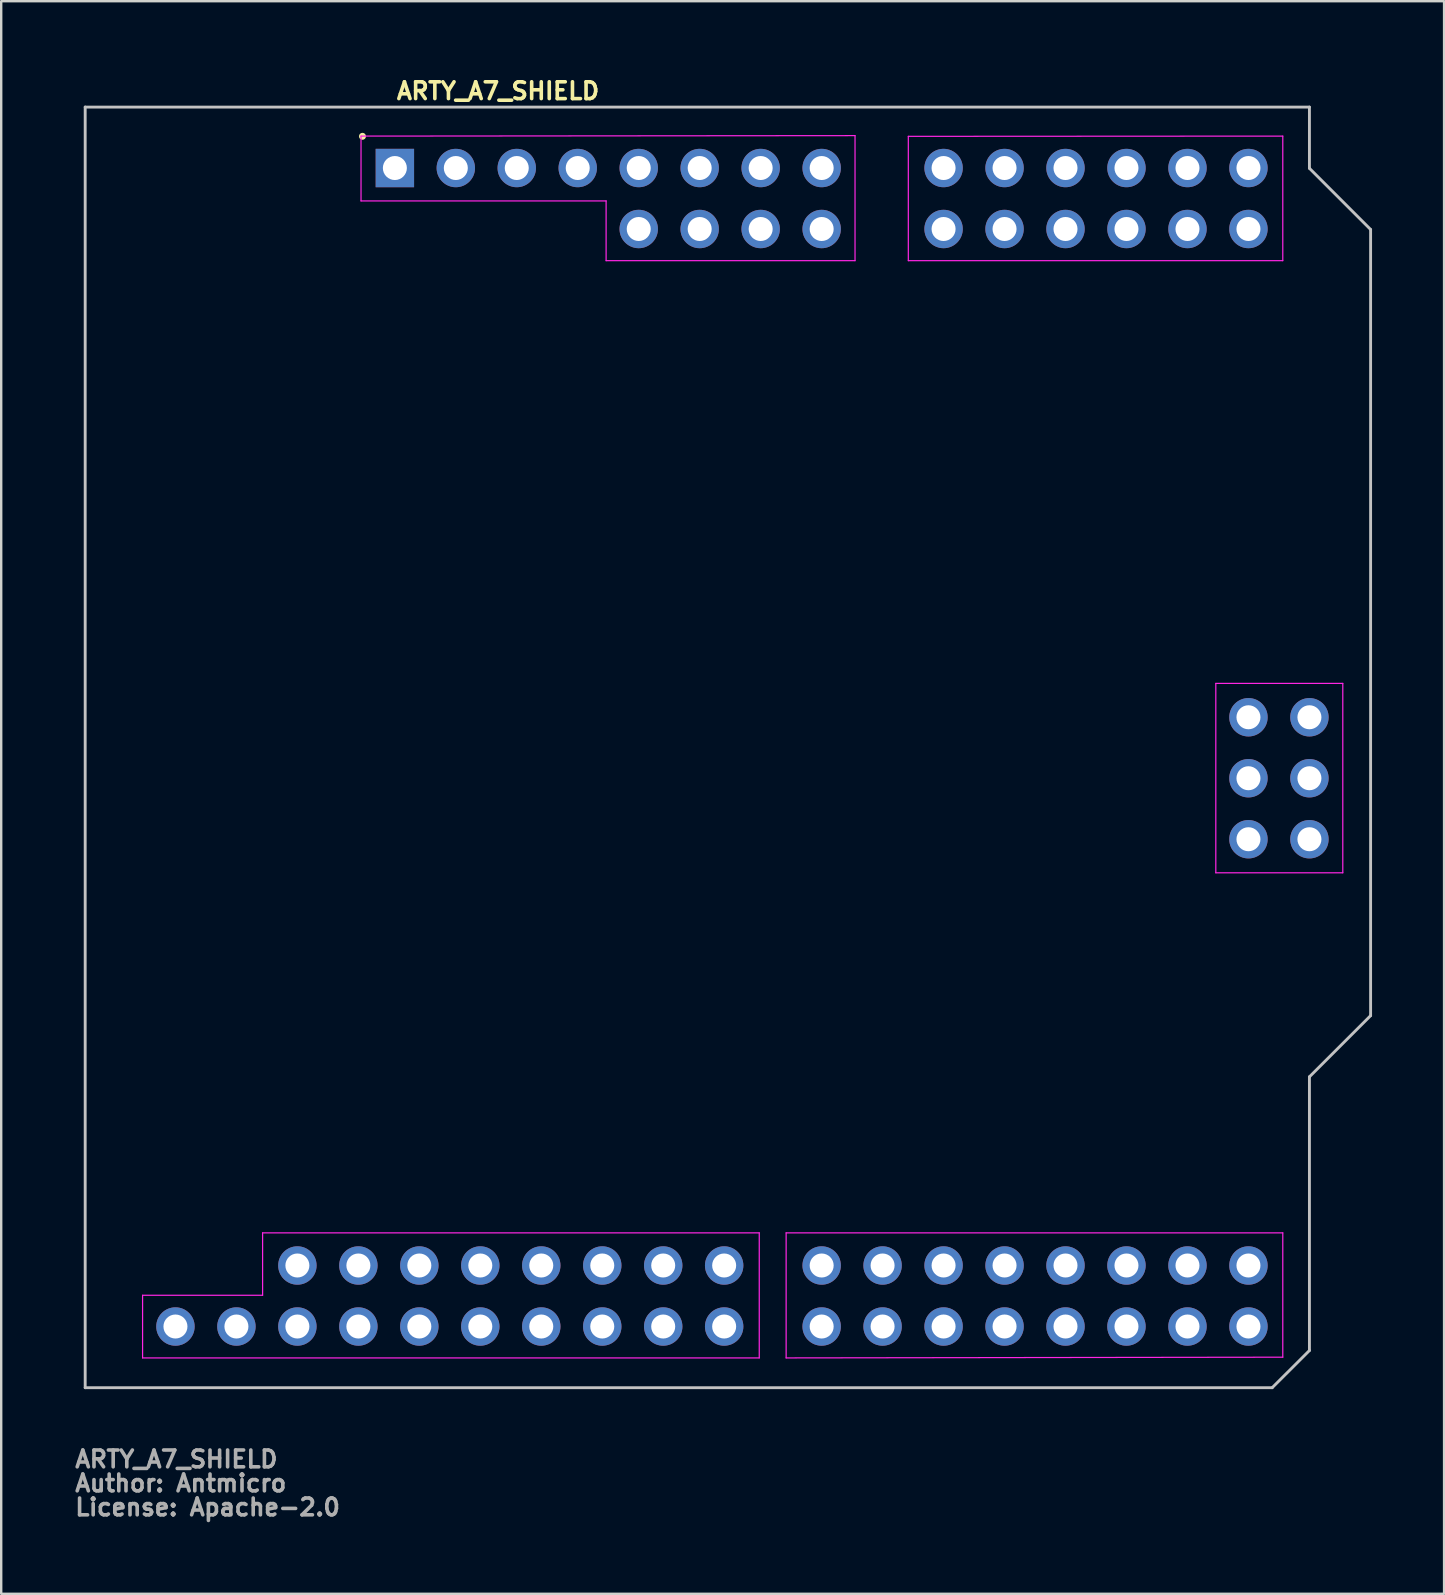
<source format=kicad_pcb>
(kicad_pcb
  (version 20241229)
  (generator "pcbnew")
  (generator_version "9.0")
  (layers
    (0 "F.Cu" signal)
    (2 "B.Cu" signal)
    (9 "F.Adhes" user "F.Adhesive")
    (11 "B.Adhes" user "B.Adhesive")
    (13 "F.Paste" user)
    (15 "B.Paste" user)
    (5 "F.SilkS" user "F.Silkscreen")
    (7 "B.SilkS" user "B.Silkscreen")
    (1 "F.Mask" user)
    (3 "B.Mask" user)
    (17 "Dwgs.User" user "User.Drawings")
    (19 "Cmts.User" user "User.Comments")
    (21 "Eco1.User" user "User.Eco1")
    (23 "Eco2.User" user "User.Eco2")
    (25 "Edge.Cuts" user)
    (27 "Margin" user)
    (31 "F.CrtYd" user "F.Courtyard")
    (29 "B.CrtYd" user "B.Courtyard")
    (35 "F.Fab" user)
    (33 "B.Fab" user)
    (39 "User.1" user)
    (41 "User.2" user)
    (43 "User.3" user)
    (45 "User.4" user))
  (footprint "ARTY_A7_SHIELD"
    (layer "F.Cu")
    (at 13.4 3.95)
    (property "Reference" "ARTY_A7_SHIELD" (at 0 -2.8 0) (layer "F.SilkS") (effects (font (size 0.7 0.7) (thickness 0.15)) (justify left bottom)))
    (attr through_hole)
    (fp_circle (center -1.35 -1.321) (end -1.3 -1.371) (stroke (width 0.15) (type solid)) (fill yes) (layer "F.SilkS"))
    (fp_line (start -12.901 -2.539) (end 38.1 -2.539) (stroke (width 0.12) (type solid)) (layer "Dwgs.User"))
    (fp_line (start -12.901 50.811) (end -12.901 -2.539) (stroke (width 0.12) (type solid)) (layer "Dwgs.User"))
    (fp_line (start 36.548 50.811) (end -12.901 50.811) (stroke (width 0.12) (type solid)) (layer "Dwgs.User"))
    (fp_line (start 38.1 -2.539) (end 38.1 0.011) (stroke (width 0.12) (type solid)) (layer "Dwgs.User"))
    (fp_line (start 38.1 0.011) (end 40.649 2.561) (stroke (width 0.12) (type solid)) (layer "Dwgs.User"))
    (fp_line (start 38.1 37.86) (end 38.1 49.262) (stroke (width 0.12) (type solid)) (layer "Dwgs.User"))
    (fp_line (start 38.1 49.262) (end 36.548 50.811) (stroke (width 0.12) (type solid)) (layer "Dwgs.User"))
    (fp_line (start 40.649 2.561) (end 40.649 35.311) (stroke (width 0.12) (type solid)) (layer "Dwgs.User"))
    (fp_line (start 40.649 35.311) (end 38.1 37.86) (stroke (width 0.12) (type solid)) (layer "Dwgs.User"))
    (fp_line (start -10.51 46.96) (end -10.51 49.57) (stroke (width 0.05) (type solid)) (layer "F.CrtYd"))
    (fp_line (start -10.51 49.57) (end 15.18 49.57) (stroke (width 0.05) (type solid)) (layer "F.CrtYd"))
    (fp_line (start -5.51 44.36) (end -5.51 46.96) (stroke (width 0.05) (type solid)) (layer "F.CrtYd"))
    (fp_line (start -5.51 46.96) (end -10.51 46.96) (stroke (width 0.05) (type solid)) (layer "F.CrtYd"))
    (fp_line (start -1.41 -1.33) (end -1.41 1.37) (stroke (width 0.05) (type solid)) (layer "F.CrtYd"))
    (fp_line (start -1.41 1.37) (end 8.8 1.37) (stroke (width 0.05) (type solid)) (layer "F.CrtYd"))
    (fp_line (start 8.8 1.37) (end 8.8 3.86) (stroke (width 0.05) (type solid)) (layer "F.CrtYd"))
    (fp_line (start 8.8 3.86) (end 19.17 3.86) (stroke (width 0.05) (type solid)) (layer "F.CrtYd"))
    (fp_line (start 15.18 44.36) (end -5.51 44.36) (stroke (width 0.05) (type solid)) (layer "F.CrtYd"))
    (fp_line (start 15.18 49.57) (end 15.18 44.36) (stroke (width 0.05) (type solid)) (layer "F.CrtYd"))
    (fp_line (start 16.3 44.36) (end 16.3 49.57) (stroke (width 0.05) (type solid)) (layer "F.CrtYd"))
    (fp_line (start 16.3 49.57) (end 36.99 49.54) (stroke (width 0.05) (type solid)) (layer "F.CrtYd"))
    (fp_line (start 19.17 -1.35) (end -1.41 -1.33) (stroke (width 0.05) (type solid)) (layer "F.CrtYd"))
    (fp_line (start 19.17 3.86) (end 19.17 -1.35) (stroke (width 0.05) (type solid)) (layer "F.CrtYd"))
    (fp_line (start 21.39 -1.32) (end 21.39 3.86) (stroke (width 0.05) (type solid)) (layer "F.CrtYd"))
    (fp_line (start 21.39 3.86) (end 36.99 3.86) (stroke (width 0.05) (type solid)) (layer "F.CrtYd"))
    (fp_line (start 34.2 21.47) (end 34.2 29.36) (stroke (width 0.05) (type solid)) (layer "F.CrtYd"))
    (fp_line (start 34.2 29.36) (end 39.49 29.36) (stroke (width 0.05) (type solid)) (layer "F.CrtYd"))
    (fp_line (start 36.99 -1.33) (end 21.39 -1.32) (stroke (width 0.05) (type solid)) (layer "F.CrtYd"))
    (fp_line (start 36.99 3.86) (end 36.99 -1.33) (stroke (width 0.05) (type solid)) (layer "F.CrtYd"))
    (fp_line (start 36.99 44.36) (end 16.3 44.36) (stroke (width 0.05) (type solid)) (layer "F.CrtYd"))
    (fp_line (start 36.99 49.54) (end 36.99 44.36) (stroke (width 0.05) (type solid)) (layer "F.CrtYd"))
    (fp_line (start 39.49 21.47) (end 34.2 21.47) (stroke (width 0.05) (type solid)) (layer "F.CrtYd"))
    (fp_line (start 39.49 29.36) (end 39.49 21.47) (stroke (width 0.05) (type solid)) (layer "F.CrtYd"))
    (fp_rect (start -12.9 50.81) (end 40.66 -2.54) (stroke (width 0.1) (type solid)) (fill no) (layer "User.5"))
    (fp_line (start -10.461 47.244) (end -10.461 49.277) (stroke (width 0.02) (type solid)) (layer "User.9"))
    (fp_line (start -10.461 49.277) (end -10.208 49.531) (stroke (width 0.02) (type solid)) (layer "User.9"))
    (fp_line (start -10.208 46.991) (end -10.461 47.244) (stroke (width 0.02) (type solid)) (layer "User.9"))
    (fp_line (start -10.208 49.531) (end -8.176 49.531) (stroke (width 0.02) (type solid)) (layer "User.9"))
    (fp_line (start -9.512 47.94) (end -9.512 48.582) (stroke (width 0.02) (type solid)) (layer "User.9"))
    (fp_line (start -9.512 47.94) (end -9.352 48.101) (stroke (width 0.02) (type solid)) (layer "User.9"))
    (fp_line (start -9.512 47.94) (end -8.871 47.94) (stroke (width 0.02) (type solid)) (layer "User.9"))
    (fp_line (start -9.512 48.582) (end -9.352 48.421) (stroke (width 0.02) (type solid)) (layer "User.9"))
    (fp_line (start -9.512 48.582) (end -8.871 48.582) (stroke (width 0.02) (type solid)) (layer "User.9"))
    (fp_line (start -9.352 48.101) (end -9.352 48.421) (stroke (width 0.02) (type solid)) (layer "User.9"))
    (fp_line (start -9.352 48.101) (end -9.03 48.101) (stroke (width 0.02) (type solid)) (layer "User.9"))
    (fp_line (start -9.352 48.421) (end -9.03 48.421) (stroke (width 0.02) (type solid)) (layer "User.9"))
    (fp_line (start -9.03 48.101) (end -9.03 48.421) (stroke (width 0.02) (type solid)) (layer "User.9"))
    (fp_line (start -8.871 47.94) (end -9.03 48.101) (stroke (width 0.02) (type solid)) (layer "User.9"))
    (fp_line (start -8.871 47.94) (end -8.871 48.582) (stroke (width 0.02) (type solid)) (layer "User.9"))
    (fp_line (start -8.871 48.582) (end -9.03 48.421) (stroke (width 0.02) (type solid)) (layer "User.9"))
    (fp_line (start -8.176 46.991) (end -10.208 46.991) (stroke (width 0.02) (type solid)) (layer "User.9"))
    (fp_line (start -8.176 49.531) (end -7.92 49.277) (stroke (width 0.02) (type solid)) (layer "User.9"))
    (fp_line (start -7.92 47.244) (end -8.176 46.991) (stroke (width 0.02) (type solid)) (layer "User.9"))
    (fp_line (start -7.92 49.277) (end -7.667 49.531) (stroke (width 0.02) (type solid)) (layer "User.9"))
    (fp_line (start -7.667 46.991) (end -7.92 47.244) (stroke (width 0.02) (type solid)) (layer "User.9"))
    (fp_line (start -7.667 49.531) (end -5.635 49.531) (stroke (width 0.02) (type solid)) (layer "User.9"))
    (fp_line (start -6.971 47.94) (end -6.971 48.582) (stroke (width 0.02) (type solid)) (layer "User.9"))
    (fp_line (start -6.971 47.94) (end -6.811 48.101) (stroke (width 0.02) (type solid)) (layer "User.9"))
    (fp_line (start -6.971 47.94) (end -6.33 47.94) (stroke (width 0.02) (type solid)) (layer "User.9"))
    (fp_line (start -6.971 48.582) (end -6.811 48.421) (stroke (width 0.02) (type solid)) (layer "User.9"))
    (fp_line (start -6.971 48.582) (end -6.33 48.582) (stroke (width 0.02) (type solid)) (layer "User.9"))
    (fp_line (start -6.811 48.101) (end -6.811 48.421) (stroke (width 0.02) (type solid)) (layer "User.9"))
    (fp_line (start -6.811 48.101) (end -6.492 48.101) (stroke (width 0.02) (type solid)) (layer "User.9"))
    (fp_line (start -6.811 48.421) (end -6.492 48.421) (stroke (width 0.02) (type solid)) (layer "User.9"))
    (fp_line (start -6.492 48.101) (end -6.492 48.421) (stroke (width 0.02) (type solid)) (layer "User.9"))
    (fp_line (start -6.33 47.94) (end -6.492 48.101) (stroke (width 0.02) (type solid)) (layer "User.9"))
    (fp_line (start -6.33 47.94) (end -6.33 48.582) (stroke (width 0.02) (type solid)) (layer "User.9"))
    (fp_line (start -6.33 48.582) (end -6.492 48.421) (stroke (width 0.02) (type solid)) (layer "User.9"))
    (fp_line (start -5.635 46.991) (end -7.667 46.991) (stroke (width 0.02) (type solid)) (layer "User.9"))
    (fp_line (start -5.635 49.531) (end -5.382 49.277) (stroke (width 0.02) (type solid)) (layer "User.9"))
    (fp_line (start -5.382 47.244) (end -5.635 46.991) (stroke (width 0.02) (type solid)) (layer "User.9"))
    (fp_line (start -5.382 49.277) (end -5.382 47.244) (stroke (width 0.02) (type solid)) (layer "User.9"))
    (fp_line (start -5.351 44.695) (end -5.351 49.268) (stroke (width 0.02) (type solid)) (layer "User.9"))
    (fp_line (start -5.351 49.268) (end -5.096 49.521) (stroke (width 0.02) (type solid)) (layer "User.9"))
    (fp_line (start -5.096 44.44) (end -5.351 44.695) (stroke (width 0.02) (type solid)) (layer "User.9"))
    (fp_line (start -5.096 49.521) (end -3.065 49.521) (stroke (width 0.02) (type solid)) (layer "User.9"))
    (fp_line (start -4.401 45.39) (end -4.401 46.031) (stroke (width 0.02) (type solid)) (layer "User.9"))
    (fp_line (start -4.401 45.39) (end -4.241 45.551) (stroke (width 0.02) (type solid)) (layer "User.9"))
    (fp_line (start -4.401 45.39) (end -3.762 45.39) (stroke (width 0.02) (type solid)) (layer "User.9"))
    (fp_line (start -4.401 46.031) (end -4.241 45.872) (stroke (width 0.02) (type solid)) (layer "User.9"))
    (fp_line (start -4.401 46.031) (end -3.762 46.031) (stroke (width 0.02) (type solid)) (layer "User.9"))
    (fp_line (start -4.401 47.93) (end -4.401 48.571) (stroke (width 0.02) (type solid)) (layer "User.9"))
    (fp_line (start -4.401 47.93) (end -4.241 48.091) (stroke (width 0.02) (type solid)) (layer "User.9"))
    (fp_line (start -4.401 47.93) (end -3.762 47.93) (stroke (width 0.02) (type solid)) (layer "User.9"))
    (fp_line (start -4.401 48.571) (end -4.241 48.412) (stroke (width 0.02) (type solid)) (layer "User.9"))
    (fp_line (start -4.401 48.571) (end -3.762 48.571) (stroke (width 0.02) (type solid)) (layer "User.9"))
    (fp_line (start -4.241 45.551) (end -4.241 45.872) (stroke (width 0.02) (type solid)) (layer "User.9"))
    (fp_line (start -4.241 45.551) (end -3.92 45.551) (stroke (width 0.02) (type solid)) (layer "User.9"))
    (fp_line (start -4.241 45.872) (end -3.92 45.872) (stroke (width 0.02) (type solid)) (layer "User.9"))
    (fp_line (start -4.241 48.091) (end -4.241 48.412) (stroke (width 0.02) (type solid)) (layer "User.9"))
    (fp_line (start -4.241 48.091) (end -3.92 48.091) (stroke (width 0.02) (type solid)) (layer "User.9"))
    (fp_line (start -4.241 48.412) (end -3.92 48.412) (stroke (width 0.02) (type solid)) (layer "User.9"))
    (fp_line (start -3.92 45.551) (end -3.92 45.872) (stroke (width 0.02) (type solid)) (layer "User.9"))
    (fp_line (start -3.92 48.091) (end -3.92 48.412) (stroke (width 0.02) (type solid)) (layer "User.9"))
    (fp_line (start -3.762 45.39) (end -3.92 45.551) (stroke (width 0.02) (type solid)) (layer "User.9"))
    (fp_line (start -3.762 45.39) (end -3.762 46.031) (stroke (width 0.02) (type solid)) (layer "User.9"))
    (fp_line (start -3.762 46.031) (end -3.92 45.872) (stroke (width 0.02) (type solid)) (layer "User.9"))
    (fp_line (start -3.762 47.93) (end -3.92 48.091) (stroke (width 0.02) (type solid)) (layer "User.9"))
    (fp_line (start -3.762 47.93) (end -3.762 48.571) (stroke (width 0.02) (type solid)) (layer "User.9"))
    (fp_line (start -3.762 48.571) (end -3.92 48.412) (stroke (width 0.02) (type solid)) (layer "User.9"))
    (fp_line (start -3.065 44.44) (end -5.096 44.44) (stroke (width 0.02) (type solid)) (layer "User.9"))
    (fp_line (start -3.065 49.521) (end -2.811 49.268) (stroke (width 0.02) (type solid)) (layer "User.9"))
    (fp_line (start -2.811 44.695) (end -3.065 44.44) (stroke (width 0.02) (type solid)) (layer "User.9"))
    (fp_line (start -2.811 49.268) (end -2.557 49.521) (stroke (width 0.02) (type solid)) (layer "User.9"))
    (fp_line (start -2.557 44.44) (end -2.811 44.695) (stroke (width 0.02) (type solid)) (layer "User.9"))
    (fp_line (start -2.557 49.521) (end -0.526 49.521) (stroke (width 0.02) (type solid)) (layer "User.9"))
    (fp_line (start -1.861 45.39) (end -1.861 46.031) (stroke (width 0.02) (type solid)) (layer "User.9"))
    (fp_line (start -1.861 45.39) (end -1.702 45.551) (stroke (width 0.02) (type solid)) (layer "User.9"))
    (fp_line (start -1.861 45.39) (end -1.222 45.39) (stroke (width 0.02) (type solid)) (layer "User.9"))
    (fp_line (start -1.861 46.031) (end -1.702 45.872) (stroke (width 0.02) (type solid)) (layer "User.9"))
    (fp_line (start -1.861 46.031) (end -1.222 46.031) (stroke (width 0.02) (type solid)) (layer "User.9"))
    (fp_line (start -1.861 47.93) (end -1.861 48.571) (stroke (width 0.02) (type solid)) (layer "User.9"))
    (fp_line (start -1.861 47.93) (end -1.702 48.091) (stroke (width 0.02) (type solid)) (layer "User.9"))
    (fp_line (start -1.861 47.93) (end -1.222 47.93) (stroke (width 0.02) (type solid)) (layer "User.9"))
    (fp_line (start -1.861 48.571) (end -1.702 48.412) (stroke (width 0.02) (type solid)) (layer "User.9"))
    (fp_line (start -1.861 48.571) (end -1.222 48.571) (stroke (width 0.02) (type solid)) (layer "User.9"))
    (fp_line (start -1.702 45.551) (end -1.702 45.872) (stroke (width 0.02) (type solid)) (layer "User.9"))
    (fp_line (start -1.702 45.551) (end -1.381 45.551) (stroke (width 0.02) (type solid)) (layer "User.9"))
    (fp_line (start -1.702 45.872) (end -1.381 45.872) (stroke (width 0.02) (type solid)) (layer "User.9"))
    (fp_line (start -1.702 48.091) (end -1.702 48.412) (stroke (width 0.02) (type solid)) (layer "User.9"))
    (fp_line (start -1.702 48.091) (end -1.381 48.091) (stroke (width 0.02) (type solid)) (layer "User.9"))
    (fp_line (start -1.702 48.412) (end -1.381 48.412) (stroke (width 0.02) (type solid)) (layer "User.9"))
    (fp_line (start -1.381 45.551) (end -1.381 45.872) (stroke (width 0.02) (type solid)) (layer "User.9"))
    (fp_line (start -1.381 48.091) (end -1.381 48.412) (stroke (width 0.02) (type solid)) (layer "User.9"))
    (fp_line (start -1.291 -1.005) (end -1.291 1.027) (stroke (width 0.02) (type solid)) (layer "User.9"))
    (fp_line (start -1.291 1.027) (end -1.037 1.281) (stroke (width 0.02) (type solid)) (layer "User.9"))
    (fp_line (start -1.222 45.39) (end -1.381 45.551) (stroke (width 0.02) (type solid)) (layer "User.9"))
    (fp_line (start -1.222 45.39) (end -1.222 46.031) (stroke (width 0.02) (type solid)) (layer "User.9"))
    (fp_line (start -1.222 46.031) (end -1.381 45.872) (stroke (width 0.02) (type solid)) (layer "User.9"))
    (fp_line (start -1.222 47.93) (end -1.381 48.091) (stroke (width 0.02) (type solid)) (layer "User.9"))
    (fp_line (start -1.222 47.93) (end -1.222 48.571) (stroke (width 0.02) (type solid)) (layer "User.9"))
    (fp_line (start -1.222 48.571) (end -1.381 48.412) (stroke (width 0.02) (type solid)) (layer "User.9"))
    (fp_line (start -1.037 -1.259) (end -1.291 -1.005) (stroke (width 0.02) (type solid)) (layer "User.9"))
    (fp_line (start -1.037 1.281) (end 0.995 1.281) (stroke (width 0.02) (type solid)) (layer "User.9"))
    (fp_line (start -0.526 44.44) (end -2.557 44.44) (stroke (width 0.02) (type solid)) (layer "User.9"))
    (fp_line (start -0.526 49.521) (end -0.271 49.268) (stroke (width 0.02) (type solid)) (layer "User.9"))
    (fp_line (start -0.341 -0.308) (end -0.341 0.332) (stroke (width 0.02) (type solid)) (layer "User.9"))
    (fp_line (start -0.341 -0.308) (end -0.18 -0.149) (stroke (width 0.02) (type solid)) (layer "User.9"))
    (fp_line (start -0.341 -0.308) (end 0.298 -0.308) (stroke (width 0.02) (type solid)) (layer "User.9"))
    (fp_line (start -0.341 0.332) (end -0.18 0.171) (stroke (width 0.02) (type solid)) (layer "User.9"))
    (fp_line (start -0.341 0.332) (end 0.298 0.332) (stroke (width 0.02) (type solid)) (layer "User.9"))
    (fp_line (start -0.271 44.695) (end -0.526 44.44) (stroke (width 0.02) (type solid)) (layer "User.9"))
    (fp_line (start -0.271 49.268) (end -0.018 49.521) (stroke (width 0.02) (type solid)) (layer "User.9"))
    (fp_line (start -0.18 -0.149) (end -0.18 0.171) (stroke (width 0.02) (type solid)) (layer "User.9"))
    (fp_line (start -0.18 -0.149) (end 0.139 -0.149) (stroke (width 0.02) (type solid)) (layer "User.9"))
    (fp_line (start -0.18 0.171) (end 0.139 0.171) (stroke (width 0.02) (type solid)) (layer "User.9"))
    (fp_line (start -0.018 44.44) (end -0.271 44.695) (stroke (width 0.02) (type solid)) (layer "User.9"))
    (fp_line (start -0.018 49.521) (end 2.015 49.521) (stroke (width 0.02) (type solid)) (layer "User.9"))
    (fp_line (start 0.139 -0.149) (end 0.139 0.171) (stroke (width 0.02) (type solid)) (layer "User.9"))
    (fp_line (start 0.298 -0.308) (end 0.139 -0.149) (stroke (width 0.02) (type solid)) (layer "User.9"))
    (fp_line (start 0.298 -0.308) (end 0.298 0.332) (stroke (width 0.02) (type solid)) (layer "User.9"))
    (fp_line (start 0.298 0.332) (end 0.139 0.171) (stroke (width 0.02) (type solid)) (layer "User.9"))
    (fp_line (start 0.679 45.39) (end 0.679 46.031) (stroke (width 0.02) (type solid)) (layer "User.9"))
    (fp_line (start 0.679 45.39) (end 0.838 45.551) (stroke (width 0.02) (type solid)) (layer "User.9"))
    (fp_line (start 0.679 45.39) (end 1.32 45.39) (stroke (width 0.02) (type solid)) (layer "User.9"))
    (fp_line (start 0.679 46.031) (end 0.838 45.872) (stroke (width 0.02) (type solid)) (layer "User.9"))
    (fp_line (start 0.679 46.031) (end 1.32 46.031) (stroke (width 0.02) (type solid)) (layer "User.9"))
    (fp_line (start 0.679 47.93) (end 0.679 48.571) (stroke (width 0.02) (type solid)) (layer "User.9"))
    (fp_line (start 0.679 47.93) (end 0.838 48.091) (stroke (width 0.02) (type solid)) (layer "User.9"))
    (fp_line (start 0.679 47.93) (end 1.32 47.93) (stroke (width 0.02) (type solid)) (layer "User.9"))
    (fp_line (start 0.679 48.571) (end 0.838 48.412) (stroke (width 0.02) (type solid)) (layer "User.9"))
    (fp_line (start 0.679 48.571) (end 1.32 48.571) (stroke (width 0.02) (type solid)) (layer "User.9"))
    (fp_line (start 0.838 45.551) (end 0.838 45.872) (stroke (width 0.02) (type solid)) (layer "User.9"))
    (fp_line (start 0.838 45.551) (end 1.159 45.551) (stroke (width 0.02) (type solid)) (layer "User.9"))
    (fp_line (start 0.838 45.872) (end 1.159 45.872) (stroke (width 0.02) (type solid)) (layer "User.9"))
    (fp_line (start 0.838 48.091) (end 0.838 48.412) (stroke (width 0.02) (type solid)) (layer "User.9"))
    (fp_line (start 0.838 48.091) (end 1.159 48.091) (stroke (width 0.02) (type solid)) (layer "User.9"))
    (fp_line (start 0.838 48.412) (end 1.159 48.412) (stroke (width 0.02) (type solid)) (layer "User.9"))
    (fp_line (start 0.995 -1.259) (end -1.037 -1.259) (stroke (width 0.02) (type solid)) (layer "User.9"))
    (fp_line (start 0.995 1.281) (end 1.249 1.027) (stroke (width 0.02) (type solid)) (layer "User.9"))
    (fp_line (start 1.159 45.551) (end 1.159 45.872) (stroke (width 0.02) (type solid)) (layer "User.9"))
    (fp_line (start 1.159 48.091) (end 1.159 48.412) (stroke (width 0.02) (type solid)) (layer "User.9"))
    (fp_line (start 1.249 -1.005) (end 0.995 -1.259) (stroke (width 0.02) (type solid)) (layer "User.9"))
    (fp_line (start 1.249 1.027) (end 1.503 1.281) (stroke (width 0.02) (type solid)) (layer "User.9"))
    (fp_line (start 1.32 45.39) (end 1.159 45.551) (stroke (width 0.02) (type solid)) (layer "User.9"))
    (fp_line (start 1.32 45.39) (end 1.32 46.031) (stroke (width 0.02) (type solid)) (layer "User.9"))
    (fp_line (start 1.32 46.031) (end 1.159 45.872) (stroke (width 0.02) (type solid)) (layer "User.9"))
    (fp_line (start 1.32 47.93) (end 1.159 48.091) (stroke (width 0.02) (type solid)) (layer "User.9"))
    (fp_line (start 1.32 47.93) (end 1.32 48.571) (stroke (width 0.02) (type solid)) (layer "User.9"))
    (fp_line (start 1.32 48.571) (end 1.159 48.412) (stroke (width 0.02) (type solid)) (layer "User.9"))
    (fp_line (start 1.503 -1.259) (end 1.249 -1.005) (stroke (width 0.02) (type solid)) (layer "User.9"))
    (fp_line (start 1.503 1.281) (end 3.535 1.281) (stroke (width 0.02) (type solid)) (layer "User.9"))
    (fp_line (start 2.015 44.44) (end -0.018 44.44) (stroke (width 0.02) (type solid)) (layer "User.9"))
    (fp_line (start 2.015 49.521) (end 2.269 49.268) (stroke (width 0.02) (type solid)) (layer "User.9"))
    (fp_line (start 2.198 -0.308) (end 2.198 0.332) (stroke (width 0.02) (type solid)) (layer "User.9"))
    (fp_line (start 2.198 -0.308) (end 2.358 -0.149) (stroke (width 0.02) (type solid)) (layer "User.9"))
    (fp_line (start 2.198 -0.308) (end 2.838 -0.308) (stroke (width 0.02) (type solid)) (layer "User.9"))
    (fp_line (start 2.198 0.332) (end 2.358 0.171) (stroke (width 0.02) (type solid)) (layer "User.9"))
    (fp_line (start 2.198 0.332) (end 2.838 0.332) (stroke (width 0.02) (type solid)) (layer "User.9"))
    (fp_line (start 2.269 44.695) (end 2.015 44.44) (stroke (width 0.02) (type solid)) (layer "User.9"))
    (fp_line (start 2.269 49.268) (end 2.523 49.521) (stroke (width 0.02) (type solid)) (layer "User.9"))
    (fp_line (start 2.358 -0.149) (end 2.358 0.171) (stroke (width 0.02) (type solid)) (layer "User.9"))
    (fp_line (start 2.358 -0.149) (end 2.679 -0.149) (stroke (width 0.02) (type solid)) (layer "User.9"))
    (fp_line (start 2.358 0.171) (end 2.679 0.171) (stroke (width 0.02) (type solid)) (layer "User.9"))
    (fp_line (start 2.523 44.44) (end 2.269 44.695) (stroke (width 0.02) (type solid)) (layer "User.9"))
    (fp_line (start 2.523 49.521) (end 4.554 49.521) (stroke (width 0.02) (type solid)) (layer "User.9"))
    (fp_line (start 2.679 -0.149) (end 2.679 0.171) (stroke (width 0.02) (type solid)) (layer "User.9"))
    (fp_line (start 2.838 -0.308) (end 2.679 -0.149) (stroke (width 0.02) (type solid)) (layer "User.9"))
    (fp_line (start 2.838 -0.308) (end 2.838 0.332) (stroke (width 0.02) (type solid)) (layer "User.9"))
    (fp_line (start 2.838 0.332) (end 2.679 0.171) (stroke (width 0.02) (type solid)) (layer "User.9"))
    (fp_line (start 3.218 45.39) (end 3.218 46.031) (stroke (width 0.02) (type solid)) (layer "User.9"))
    (fp_line (start 3.218 45.39) (end 3.378 45.551) (stroke (width 0.02) (type solid)) (layer "User.9"))
    (fp_line (start 3.218 45.39) (end 3.858 45.39) (stroke (width 0.02) (type solid)) (layer "User.9"))
    (fp_line (start 3.218 46.031) (end 3.378 45.872) (stroke (width 0.02) (type solid)) (layer "User.9"))
    (fp_line (start 3.218 46.031) (end 3.858 46.031) (stroke (width 0.02) (type solid)) (layer "User.9"))
    (fp_line (start 3.218 47.93) (end 3.218 48.571) (stroke (width 0.02) (type solid)) (layer "User.9"))
    (fp_line (start 3.218 47.93) (end 3.378 48.091) (stroke (width 0.02) (type solid)) (layer "User.9"))
    (fp_line (start 3.218 47.93) (end 3.858 47.93) (stroke (width 0.02) (type solid)) (layer "User.9"))
    (fp_line (start 3.218 48.571) (end 3.378 48.412) (stroke (width 0.02) (type solid)) (layer "User.9"))
    (fp_line (start 3.218 48.571) (end 3.858 48.571) (stroke (width 0.02) (type solid)) (layer "User.9"))
    (fp_line (start 3.378 45.551) (end 3.378 45.872) (stroke (width 0.02) (type solid)) (layer "User.9"))
    (fp_line (start 3.378 45.551) (end 3.699 45.551) (stroke (width 0.02) (type solid)) (layer "User.9"))
    (fp_line (start 3.378 45.872) (end 3.699 45.872) (stroke (width 0.02) (type solid)) (layer "User.9"))
    (fp_line (start 3.378 48.091) (end 3.378 48.412) (stroke (width 0.02) (type solid)) (layer "User.9"))
    (fp_line (start 3.378 48.091) (end 3.699 48.091) (stroke (width 0.02) (type solid)) (layer "User.9"))
    (fp_line (start 3.378 48.412) (end 3.699 48.412) (stroke (width 0.02) (type solid)) (layer "User.9"))
    (fp_line (start 3.535 -1.259) (end 1.503 -1.259) (stroke (width 0.02) (type solid)) (layer "User.9"))
    (fp_line (start 3.535 1.281) (end 3.789 1.027) (stroke (width 0.02) (type solid)) (layer "User.9"))
    (fp_line (start 3.699 45.551) (end 3.699 45.872) (stroke (width 0.02) (type solid)) (layer "User.9"))
    (fp_line (start 3.699 48.091) (end 3.699 48.412) (stroke (width 0.02) (type solid)) (layer "User.9"))
    (fp_line (start 3.789 -1.005) (end 3.535 -1.259) (stroke (width 0.02) (type solid)) (layer "User.9"))
    (fp_line (start 3.789 1.027) (end 4.044 1.281) (stroke (width 0.02) (type solid)) (layer "User.9"))
    (fp_line (start 3.858 45.39) (end 3.699 45.551) (stroke (width 0.02) (type solid)) (layer "User.9"))
    (fp_line (start 3.858 45.39) (end 3.858 46.031) (stroke (width 0.02) (type solid)) (layer "User.9"))
    (fp_line (start 3.858 46.031) (end 3.699 45.872) (stroke (width 0.02) (type solid)) (layer "User.9"))
    (fp_line (start 3.858 47.93) (end 3.699 48.091) (stroke (width 0.02) (type solid)) (layer "User.9"))
    (fp_line (start 3.858 47.93) (end 3.858 48.571) (stroke (width 0.02) (type solid)) (layer "User.9"))
    (fp_line (start 3.858 48.571) (end 3.699 48.412) (stroke (width 0.02) (type solid)) (layer "User.9"))
    (fp_line (start 4.044 -1.259) (end 3.789 -1.005) (stroke (width 0.02) (type solid)) (layer "User.9"))
    (fp_line (start 4.044 1.281) (end 6.075 1.281) (stroke (width 0.02) (type solid)) (layer "User.9"))
    (fp_line (start 4.554 44.44) (end 2.523 44.44) (stroke (width 0.02) (type solid)) (layer "User.9"))
    (fp_line (start 4.554 49.521) (end 4.81 49.268) (stroke (width 0.02) (type solid)) (layer "User.9"))
    (fp_line (start 4.74 -0.308) (end 4.74 0.332) (stroke (width 0.02) (type solid)) (layer "User.9"))
    (fp_line (start 4.74 -0.308) (end 4.9 -0.149) (stroke (width 0.02) (type solid)) (layer "User.9"))
    (fp_line (start 4.74 -0.308) (end 5.379 -0.308) (stroke (width 0.02) (type solid)) (layer "User.9"))
    (fp_line (start 4.74 0.332) (end 4.9 0.171) (stroke (width 0.02) (type solid)) (layer "User.9"))
    (fp_line (start 4.74 0.332) (end 5.379 0.332) (stroke (width 0.02) (type solid)) (layer "User.9"))
    (fp_line (start 4.81 44.695) (end 4.554 44.44) (stroke (width 0.02) (type solid)) (layer "User.9"))
    (fp_line (start 4.81 49.268) (end 5.062 49.521) (stroke (width 0.02) (type solid)) (layer "User.9"))
    (fp_line (start 4.9 -0.149) (end 4.9 0.171) (stroke (width 0.02) (type solid)) (layer "User.9"))
    (fp_line (start 4.9 -0.149) (end 5.219 -0.149) (stroke (width 0.02) (type solid)) (layer "User.9"))
    (fp_line (start 4.9 0.171) (end 5.219 0.171) (stroke (width 0.02) (type solid)) (layer "User.9"))
    (fp_line (start 5.062 44.44) (end 4.81 44.695) (stroke (width 0.02) (type solid)) (layer "User.9"))
    (fp_line (start 5.062 49.521) (end 7.094 49.521) (stroke (width 0.02) (type solid)) (layer "User.9"))
    (fp_line (start 5.219 -0.149) (end 5.219 0.171) (stroke (width 0.02) (type solid)) (layer "User.9"))
    (fp_line (start 5.379 -0.308) (end 5.219 -0.149) (stroke (width 0.02) (type solid)) (layer "User.9"))
    (fp_line (start 5.379 -0.308) (end 5.379 0.332) (stroke (width 0.02) (type solid)) (layer "User.9"))
    (fp_line (start 5.379 0.332) (end 5.219 0.171) (stroke (width 0.02) (type solid)) (layer "User.9"))
    (fp_line (start 5.759 45.39) (end 5.759 46.031) (stroke (width 0.02) (type solid)) (layer "User.9"))
    (fp_line (start 5.759 45.39) (end 5.919 45.551) (stroke (width 0.02) (type solid)) (layer "User.9"))
    (fp_line (start 5.759 45.39) (end 6.398 45.39) (stroke (width 0.02) (type solid)) (layer "User.9"))
    (fp_line (start 5.759 46.031) (end 5.919 45.872) (stroke (width 0.02) (type solid)) (layer "User.9"))
    (fp_line (start 5.759 46.031) (end 6.398 46.031) (stroke (width 0.02) (type solid)) (layer "User.9"))
    (fp_line (start 5.759 47.93) (end 5.759 48.571) (stroke (width 0.02) (type solid)) (layer "User.9"))
    (fp_line (start 5.759 47.93) (end 5.919 48.091) (stroke (width 0.02) (type solid)) (layer "User.9"))
    (fp_line (start 5.759 47.93) (end 6.398 47.93) (stroke (width 0.02) (type solid)) (layer "User.9"))
    (fp_line (start 5.759 48.571) (end 5.919 48.412) (stroke (width 0.02) (type solid)) (layer "User.9"))
    (fp_line (start 5.759 48.571) (end 6.398 48.571) (stroke (width 0.02) (type solid)) (layer "User.9"))
    (fp_line (start 5.919 45.551) (end 5.919 45.872) (stroke (width 0.02) (type solid)) (layer "User.9"))
    (fp_line (start 5.919 45.551) (end 6.238 45.551) (stroke (width 0.02) (type solid)) (layer "User.9"))
    (fp_line (start 5.919 45.872) (end 6.238 45.872) (stroke (width 0.02) (type solid)) (layer "User.9"))
    (fp_line (start 5.919 48.091) (end 5.919 48.412) (stroke (width 0.02) (type solid)) (layer "User.9"))
    (fp_line (start 5.919 48.091) (end 6.238 48.091) (stroke (width 0.02) (type solid)) (layer "User.9"))
    (fp_line (start 5.919 48.412) (end 6.238 48.412) (stroke (width 0.02) (type solid)) (layer "User.9"))
    (fp_line (start 6.075 -1.259) (end 4.044 -1.259) (stroke (width 0.02) (type solid)) (layer "User.9"))
    (fp_line (start 6.075 1.281) (end 6.328 1.027) (stroke (width 0.02) (type solid)) (layer "User.9"))
    (fp_line (start 6.238 45.551) (end 6.238 45.872) (stroke (width 0.02) (type solid)) (layer "User.9"))
    (fp_line (start 6.238 48.091) (end 6.238 48.412) (stroke (width 0.02) (type solid)) (layer "User.9"))
    (fp_line (start 6.328 -1.005) (end 6.075 -1.259) (stroke (width 0.02) (type solid)) (layer "User.9"))
    (fp_line (start 6.328 1.027) (end 6.583 1.281) (stroke (width 0.02) (type solid)) (layer "User.9"))
    (fp_line (start 6.398 45.39) (end 6.238 45.551) (stroke (width 0.02) (type solid)) (layer "User.9"))
    (fp_line (start 6.398 45.39) (end 6.398 46.031) (stroke (width 0.02) (type solid)) (layer "User.9"))
    (fp_line (start 6.398 46.031) (end 6.238 45.872) (stroke (width 0.02) (type solid)) (layer "User.9"))
    (fp_line (start 6.398 47.93) (end 6.238 48.091) (stroke (width 0.02) (type solid)) (layer "User.9"))
    (fp_line (start 6.398 47.93) (end 6.398 48.571) (stroke (width 0.02) (type solid)) (layer "User.9"))
    (fp_line (start 6.398 48.571) (end 6.238 48.412) (stroke (width 0.02) (type solid)) (layer "User.9"))
    (fp_line (start 6.583 -1.259) (end 6.328 -1.005) (stroke (width 0.02) (type solid)) (layer "User.9"))
    (fp_line (start 6.583 1.281) (end 8.615 1.281) (stroke (width 0.02) (type solid)) (layer "User.9"))
    (fp_line (start 7.094 44.44) (end 5.062 44.44) (stroke (width 0.02) (type solid)) (layer "User.9"))
    (fp_line (start 7.094 49.521) (end 7.349 49.268) (stroke (width 0.02) (type solid)) (layer "User.9"))
    (fp_line (start 7.278 -0.308) (end 7.278 0.332) (stroke (width 0.02) (type solid)) (layer "User.9"))
    (fp_line (start 7.278 -0.308) (end 7.438 -0.149) (stroke (width 0.02) (type solid)) (layer "User.9"))
    (fp_line (start 7.278 -0.308) (end 7.919 -0.308) (stroke (width 0.02) (type solid)) (layer "User.9"))
    (fp_line (start 7.278 0.332) (end 7.438 0.171) (stroke (width 0.02) (type solid)) (layer "User.9"))
    (fp_line (start 7.278 0.332) (end 7.919 0.332) (stroke (width 0.02) (type solid)) (layer "User.9"))
    (fp_line (start 7.349 44.695) (end 7.094 44.44) (stroke (width 0.02) (type solid)) (layer "User.9"))
    (fp_line (start 7.349 49.268) (end 7.602 49.521) (stroke (width 0.02) (type solid)) (layer "User.9"))
    (fp_line (start 7.438 -0.149) (end 7.438 0.171) (stroke (width 0.02) (type solid)) (layer "User.9"))
    (fp_line (start 7.438 -0.149) (end 7.759 -0.149) (stroke (width 0.02) (type solid)) (layer "User.9"))
    (fp_line (start 7.438 0.171) (end 7.759 0.171) (stroke (width 0.02) (type solid)) (layer "User.9"))
    (fp_line (start 7.602 44.44) (end 7.349 44.695) (stroke (width 0.02) (type solid)) (layer "User.9"))
    (fp_line (start 7.602 49.521) (end 9.634 49.521) (stroke (width 0.02) (type solid)) (layer "User.9"))
    (fp_line (start 7.759 -0.149) (end 7.759 0.171) (stroke (width 0.02) (type solid)) (layer "User.9"))
    (fp_line (start 7.919 -0.308) (end 7.759 -0.149) (stroke (width 0.02) (type solid)) (layer "User.9"))
    (fp_line (start 7.919 -0.308) (end 7.919 0.332) (stroke (width 0.02) (type solid)) (layer "User.9"))
    (fp_line (start 7.919 0.332) (end 7.759 0.171) (stroke (width 0.02) (type solid)) (layer "User.9"))
    (fp_line (start 8.3 45.39) (end 8.3 46.031) (stroke (width 0.02) (type solid)) (layer "User.9"))
    (fp_line (start 8.3 45.39) (end 8.46 45.551) (stroke (width 0.02) (type solid)) (layer "User.9"))
    (fp_line (start 8.3 45.39) (end 8.938 45.39) (stroke (width 0.02) (type solid)) (layer "User.9"))
    (fp_line (start 8.3 46.031) (end 8.46 45.872) (stroke (width 0.02) (type solid)) (layer "User.9"))
    (fp_line (start 8.3 46.031) (end 8.938 46.031) (stroke (width 0.02) (type solid)) (layer "User.9"))
    (fp_line (start 8.3 47.93) (end 8.3 48.571) (stroke (width 0.02) (type solid)) (layer "User.9"))
    (fp_line (start 8.3 47.93) (end 8.46 48.091) (stroke (width 0.02) (type solid)) (layer "User.9"))
    (fp_line (start 8.3 47.93) (end 8.938 47.93) (stroke (width 0.02) (type solid)) (layer "User.9"))
    (fp_line (start 8.3 48.571) (end 8.46 48.412) (stroke (width 0.02) (type solid)) (layer "User.9"))
    (fp_line (start 8.3 48.571) (end 8.938 48.571) (stroke (width 0.02) (type solid)) (layer "User.9"))
    (fp_line (start 8.46 45.551) (end 8.46 45.872) (stroke (width 0.02) (type solid)) (layer "User.9"))
    (fp_line (start 8.46 45.551) (end 8.778 45.551) (stroke (width 0.02) (type solid)) (layer "User.9"))
    (fp_line (start 8.46 45.872) (end 8.778 45.872) (stroke (width 0.02) (type solid)) (layer "User.9"))
    (fp_line (start 8.46 48.091) (end 8.46 48.412) (stroke (width 0.02) (type solid)) (layer "User.9"))
    (fp_line (start 8.46 48.091) (end 8.778 48.091) (stroke (width 0.02) (type solid)) (layer "User.9"))
    (fp_line (start 8.46 48.412) (end 8.778 48.412) (stroke (width 0.02) (type solid)) (layer "User.9"))
    (fp_line (start 8.615 -1.259) (end 6.583 -1.259) (stroke (width 0.02) (type solid)) (layer "User.9"))
    (fp_line (start 8.615 1.281) (end 8.868 1.027) (stroke (width 0.02) (type solid)) (layer "User.9"))
    (fp_line (start 8.778 45.551) (end 8.778 45.872) (stroke (width 0.02) (type solid)) (layer "User.9"))
    (fp_line (start 8.778 48.091) (end 8.778 48.412) (stroke (width 0.02) (type solid)) (layer "User.9"))
    (fp_line (start 8.868 -1.005) (end 8.615 -1.259) (stroke (width 0.02) (type solid)) (layer "User.9"))
    (fp_line (start 8.868 1.027) (end 8.868 -1.005) (stroke (width 0.02) (type solid)) (layer "User.9"))
    (fp_line (start 8.909 -1.005) (end 8.909 3.568) (stroke (width 0.02) (type solid)) (layer "User.9"))
    (fp_line (start 8.909 3.568) (end 9.163 3.822) (stroke (width 0.02) (type solid)) (layer "User.9"))
    (fp_line (start 8.938 45.39) (end 8.778 45.551) (stroke (width 0.02) (type solid)) (layer "User.9"))
    (fp_line (start 8.938 45.39) (end 8.938 46.031) (stroke (width 0.02) (type solid)) (layer "User.9"))
    (fp_line (start 8.938 46.031) (end 8.778 45.872) (stroke (width 0.02) (type solid)) (layer "User.9"))
    (fp_line (start 8.938 47.93) (end 8.778 48.091) (stroke (width 0.02) (type solid)) (layer "User.9"))
    (fp_line (start 8.938 47.93) (end 8.938 48.571) (stroke (width 0.02) (type solid)) (layer "User.9"))
    (fp_line (start 8.938 48.571) (end 8.778 48.412) (stroke (width 0.02) (type solid)) (layer "User.9"))
    (fp_line (start 9.163 -1.259) (end 8.909 -1.005) (stroke (width 0.02) (type solid)) (layer "User.9"))
    (fp_line (start 9.163 3.822) (end 11.195 3.822) (stroke (width 0.02) (type solid)) (layer "User.9"))
    (fp_line (start 9.634 44.44) (end 7.602 44.44) (stroke (width 0.02) (type solid)) (layer "User.9"))
    (fp_line (start 9.634 49.521) (end 9.89 49.268) (stroke (width 0.02) (type solid)) (layer "User.9"))
    (fp_line (start 9.858 -0.308) (end 9.858 0.332) (stroke (width 0.02) (type solid)) (layer "User.9"))
    (fp_line (start 9.858 -0.308) (end 10.018 -0.149) (stroke (width 0.02) (type solid)) (layer "User.9"))
    (fp_line (start 9.858 -0.308) (end 10.499 -0.308) (stroke (width 0.02) (type solid)) (layer "User.9"))
    (fp_line (start 9.858 0.332) (end 10.018 0.171) (stroke (width 0.02) (type solid)) (layer "User.9"))
    (fp_line (start 9.858 0.332) (end 10.499 0.332) (stroke (width 0.02) (type solid)) (layer "User.9"))
    (fp_line (start 9.858 2.231) (end 9.858 2.871) (stroke (width 0.02) (type solid)) (layer "User.9"))
    (fp_line (start 9.858 2.231) (end 10.018 2.391) (stroke (width 0.02) (type solid)) (layer "User.9"))
    (fp_line (start 9.858 2.231) (end 10.499 2.231) (stroke (width 0.02) (type solid)) (layer "User.9"))
    (fp_line (start 9.858 2.871) (end 10.018 2.711) (stroke (width 0.02) (type solid)) (layer "User.9"))
    (fp_line (start 9.858 2.871) (end 10.499 2.871) (stroke (width 0.02) (type solid)) (layer "User.9"))
    (fp_line (start 9.89 44.695) (end 9.634 44.44) (stroke (width 0.02) (type solid)) (layer "User.9"))
    (fp_line (start 9.89 49.268) (end 10.143 49.521) (stroke (width 0.02) (type solid)) (layer "User.9"))
    (fp_line (start 10.018 -0.149) (end 10.018 0.171) (stroke (width 0.02) (type solid)) (layer "User.9"))
    (fp_line (start 10.018 -0.149) (end 10.339 -0.149) (stroke (width 0.02) (type solid)) (layer "User.9"))
    (fp_line (start 10.018 0.171) (end 10.339 0.171) (stroke (width 0.02) (type solid)) (layer "User.9"))
    (fp_line (start 10.018 2.391) (end 10.018 2.711) (stroke (width 0.02) (type solid)) (layer "User.9"))
    (fp_line (start 10.018 2.391) (end 10.339 2.391) (stroke (width 0.02) (type solid)) (layer "User.9"))
    (fp_line (start 10.018 2.711) (end 10.339 2.711) (stroke (width 0.02) (type solid)) (layer "User.9"))
    (fp_line (start 10.143 44.44) (end 9.89 44.695) (stroke (width 0.02) (type solid)) (layer "User.9"))
    (fp_line (start 10.143 49.521) (end 12.175 49.521) (stroke (width 0.02) (type solid)) (layer "User.9"))
    (fp_line (start 10.339 -0.149) (end 10.339 0.171) (stroke (width 0.02) (type solid)) (layer "User.9"))
    (fp_line (start 10.339 2.391) (end 10.339 2.711) (stroke (width 0.02) (type solid)) (layer "User.9"))
    (fp_line (start 10.499 -0.308) (end 10.339 -0.149) (stroke (width 0.02) (type solid)) (layer "User.9"))
    (fp_line (start 10.499 -0.308) (end 10.499 0.332) (stroke (width 0.02) (type solid)) (layer "User.9"))
    (fp_line (start 10.499 0.332) (end 10.339 0.171) (stroke (width 0.02) (type solid)) (layer "User.9"))
    (fp_line (start 10.499 2.231) (end 10.339 2.391) (stroke (width 0.02) (type solid)) (layer "User.9"))
    (fp_line (start 10.499 2.231) (end 10.499 2.871) (stroke (width 0.02) (type solid)) (layer "User.9"))
    (fp_line (start 10.499 2.871) (end 10.339 2.711) (stroke (width 0.02) (type solid)) (layer "User.9"))
    (fp_line (start 10.839 45.39) (end 10.839 46.031) (stroke (width 0.02) (type solid)) (layer "User.9"))
    (fp_line (start 10.839 45.39) (end 10.999 45.551) (stroke (width 0.02) (type solid)) (layer "User.9"))
    (fp_line (start 10.839 45.39) (end 11.48 45.39) (stroke (width 0.02) (type solid)) (layer "User.9"))
    (fp_line (start 10.839 46.031) (end 10.999 45.872) (stroke (width 0.02) (type solid)) (layer "User.9"))
    (fp_line (start 10.839 46.031) (end 11.48 46.031) (stroke (width 0.02) (type solid)) (layer "User.9"))
    (fp_line (start 10.839 47.93) (end 10.839 48.571) (stroke (width 0.02) (type solid)) (layer "User.9"))
    (fp_line (start 10.839 47.93) (end 10.999 48.091) (stroke (width 0.02) (type solid)) (layer "User.9"))
    (fp_line (start 10.839 47.93) (end 11.48 47.93) (stroke (width 0.02) (type solid)) (layer "User.9"))
    (fp_line (start 10.839 48.571) (end 10.999 48.412) (stroke (width 0.02) (type solid)) (layer "User.9"))
    (fp_line (start 10.839 48.571) (end 11.48 48.571) (stroke (width 0.02) (type solid)) (layer "User.9"))
    (fp_line (start 10.999 45.551) (end 10.999 45.872) (stroke (width 0.02) (type solid)) (layer "User.9"))
    (fp_line (start 10.999 45.551) (end 11.32 45.551) (stroke (width 0.02) (type solid)) (layer "User.9"))
    (fp_line (start 10.999 45.872) (end 11.32 45.872) (stroke (width 0.02) (type solid)) (layer "User.9"))
    (fp_line (start 10.999 48.091) (end 10.999 48.412) (stroke (width 0.02) (type solid)) (layer "User.9"))
    (fp_line (start 10.999 48.091) (end 11.32 48.091) (stroke (width 0.02) (type solid)) (layer "User.9"))
    (fp_line (start 10.999 48.412) (end 11.32 48.412) (stroke (width 0.02) (type solid)) (layer "User.9"))
    (fp_line (start 11.195 -1.259) (end 9.163 -1.259) (stroke (width 0.02) (type solid)) (layer "User.9"))
    (fp_line (start 11.195 3.822) (end 11.448 3.568) (stroke (width 0.02) (type solid)) (layer "User.9"))
    (fp_line (start 11.32 45.551) (end 11.32 45.872) (stroke (width 0.02) (type solid)) (layer "User.9"))
    (fp_line (start 11.32 48.091) (end 11.32 48.412) (stroke (width 0.02) (type solid)) (layer "User.9"))
    (fp_line (start 11.448 -1.005) (end 11.195 -1.259) (stroke (width 0.02) (type solid)) (layer "User.9"))
    (fp_line (start 11.448 3.568) (end 11.704 3.822) (stroke (width 0.02) (type solid)) (layer "User.9"))
    (fp_line (start 11.48 45.39) (end 11.32 45.551) (stroke (width 0.02) (type solid)) (layer "User.9"))
    (fp_line (start 11.48 45.39) (end 11.48 46.031) (stroke (width 0.02) (type solid)) (layer "User.9"))
    (fp_line (start 11.48 46.031) (end 11.32 45.872) (stroke (width 0.02) (type solid)) (layer "User.9"))
    (fp_line (start 11.48 47.93) (end 11.32 48.091) (stroke (width 0.02) (type solid)) (layer "User.9"))
    (fp_line (start 11.48 47.93) (end 11.48 48.571) (stroke (width 0.02) (type solid)) (layer "User.9"))
    (fp_line (start 11.48 48.571) (end 11.32 48.412) (stroke (width 0.02) (type solid)) (layer "User.9"))
    (fp_line (start 11.704 -1.259) (end 11.448 -1.005) (stroke (width 0.02) (type solid)) (layer "User.9"))
    (fp_line (start 11.704 3.822) (end 13.734 3.822) (stroke (width 0.02) (type solid)) (layer "User.9"))
    (fp_line (start 12.175 44.44) (end 10.143 44.44) (stroke (width 0.02) (type solid)) (layer "User.9"))
    (fp_line (start 12.175 49.521) (end 12.429 49.268) (stroke (width 0.02) (type solid)) (layer "User.9"))
    (fp_line (start 12.4 -0.308) (end 12.4 0.332) (stroke (width 0.02) (type solid)) (layer "User.9"))
    (fp_line (start 12.4 -0.308) (end 12.559 -0.149) (stroke (width 0.02) (type solid)) (layer "User.9"))
    (fp_line (start 12.4 -0.308) (end 13.038 -0.308) (stroke (width 0.02) (type solid)) (layer "User.9"))
    (fp_line (start 12.4 0.332) (end 12.559 0.171) (stroke (width 0.02) (type solid)) (layer "User.9"))
    (fp_line (start 12.4 0.332) (end 13.038 0.332) (stroke (width 0.02) (type solid)) (layer "User.9"))
    (fp_line (start 12.4 2.231) (end 12.4 2.871) (stroke (width 0.02) (type solid)) (layer "User.9"))
    (fp_line (start 12.4 2.231) (end 12.559 2.391) (stroke (width 0.02) (type solid)) (layer "User.9"))
    (fp_line (start 12.4 2.231) (end 13.038 2.231) (stroke (width 0.02) (type solid)) (layer "User.9"))
    (fp_line (start 12.4 2.871) (end 12.559 2.711) (stroke (width 0.02) (type solid)) (layer "User.9"))
    (fp_line (start 12.4 2.871) (end 13.038 2.871) (stroke (width 0.02) (type solid)) (layer "User.9"))
    (fp_line (start 12.429 44.695) (end 12.175 44.44) (stroke (width 0.02) (type solid)) (layer "User.9"))
    (fp_line (start 12.429 49.268) (end 12.682 49.521) (stroke (width 0.02) (type solid)) (layer "User.9"))
    (fp_line (start 12.559 -0.149) (end 12.559 0.171) (stroke (width 0.02) (type solid)) (layer "User.9"))
    (fp_line (start 12.559 -0.149) (end 12.878 -0.149) (stroke (width 0.02) (type solid)) (layer "User.9"))
    (fp_line (start 12.559 0.171) (end 12.878 0.171) (stroke (width 0.02) (type solid)) (layer "User.9"))
    (fp_line (start 12.559 2.391) (end 12.559 2.711) (stroke (width 0.02) (type solid)) (layer "User.9"))
    (fp_line (start 12.559 2.391) (end 12.878 2.391) (stroke (width 0.02) (type solid)) (layer "User.9"))
    (fp_line (start 12.559 2.711) (end 12.878 2.711) (stroke (width 0.02) (type solid)) (layer "User.9"))
    (fp_line (start 12.682 44.44) (end 12.429 44.695) (stroke (width 0.02) (type solid)) (layer "User.9"))
    (fp_line (start 12.682 49.521) (end 14.714 49.521) (stroke (width 0.02) (type solid)) (layer "User.9"))
    (fp_line (start 12.878 -0.149) (end 12.878 0.171) (stroke (width 0.02) (type solid)) (layer "User.9"))
    (fp_line (start 12.878 2.391) (end 12.878 2.711) (stroke (width 0.02) (type solid)) (layer "User.9"))
    (fp_line (start 13.038 -0.308) (end 12.878 -0.149) (stroke (width 0.02) (type solid)) (layer "User.9"))
    (fp_line (start 13.038 -0.308) (end 13.038 0.332) (stroke (width 0.02) (type solid)) (layer "User.9"))
    (fp_line (start 13.038 0.332) (end 12.878 0.171) (stroke (width 0.02) (type solid)) (layer "User.9"))
    (fp_line (start 13.038 2.231) (end 12.878 2.391) (stroke (width 0.02) (type solid)) (layer "User.9"))
    (fp_line (start 13.038 2.231) (end 13.038 2.871) (stroke (width 0.02) (type solid)) (layer "User.9"))
    (fp_line (start 13.038 2.871) (end 12.878 2.711) (stroke (width 0.02) (type solid)) (layer "User.9"))
    (fp_line (start 13.378 45.39) (end 13.378 46.031) (stroke (width 0.02) (type solid)) (layer "User.9"))
    (fp_line (start 13.378 45.39) (end 13.538 45.551) (stroke (width 0.02) (type solid)) (layer "User.9"))
    (fp_line (start 13.378 45.39) (end 14.018 45.39) (stroke (width 0.02) (type solid)) (layer "User.9"))
    (fp_line (start 13.378 46.031) (end 13.538 45.872) (stroke (width 0.02) (type solid)) (layer "User.9"))
    (fp_line (start 13.378 46.031) (end 14.018 46.031) (stroke (width 0.02) (type solid)) (layer "User.9"))
    (fp_line (start 13.378 47.93) (end 13.378 48.571) (stroke (width 0.02) (type solid)) (layer "User.9"))
    (fp_line (start 13.378 47.93) (end 13.538 48.091) (stroke (width 0.02) (type solid)) (layer "User.9"))
    (fp_line (start 13.378 47.93) (end 14.018 47.93) (stroke (width 0.02) (type solid)) (layer "User.9"))
    (fp_line (start 13.378 48.571) (end 13.538 48.412) (stroke (width 0.02) (type solid)) (layer "User.9"))
    (fp_line (start 13.378 48.571) (end 14.018 48.571) (stroke (width 0.02) (type solid)) (layer "User.9"))
    (fp_line (start 13.538 45.551) (end 13.538 45.872) (stroke (width 0.02) (type solid)) (layer "User.9"))
    (fp_line (start 13.538 45.551) (end 13.858 45.551) (stroke (width 0.02) (type solid)) (layer "User.9"))
    (fp_line (start 13.538 45.872) (end 13.858 45.872) (stroke (width 0.02) (type solid)) (layer "User.9"))
    (fp_line (start 13.538 48.091) (end 13.538 48.412) (stroke (width 0.02) (type solid)) (layer "User.9"))
    (fp_line (start 13.538 48.091) (end 13.858 48.091) (stroke (width 0.02) (type solid)) (layer "User.9"))
    (fp_line (start 13.538 48.412) (end 13.858 48.412) (stroke (width 0.02) (type solid)) (layer "User.9"))
    (fp_line (start 13.734 -1.259) (end 11.704 -1.259) (stroke (width 0.02) (type solid)) (layer "User.9"))
    (fp_line (start 13.734 3.822) (end 13.989 3.568) (stroke (width 0.02) (type solid)) (layer "User.9"))
    (fp_line (start 13.858 45.551) (end 13.858 45.872) (stroke (width 0.02) (type solid)) (layer "User.9"))
    (fp_line (start 13.858 48.091) (end 13.858 48.412) (stroke (width 0.02) (type solid)) (layer "User.9"))
    (fp_line (start 13.989 -1.005) (end 13.734 -1.259) (stroke (width 0.02) (type solid)) (layer "User.9"))
    (fp_line (start 13.989 3.568) (end 14.243 3.822) (stroke (width 0.02) (type solid)) (layer "User.9"))
    (fp_line (start 14.018 45.39) (end 13.858 45.551) (stroke (width 0.02) (type solid)) (layer "User.9"))
    (fp_line (start 14.018 45.39) (end 14.018 46.031) (stroke (width 0.02) (type solid)) (layer "User.9"))
    (fp_line (start 14.018 46.031) (end 13.858 45.872) (stroke (width 0.02) (type solid)) (layer "User.9"))
    (fp_line (start 14.018 47.93) (end 13.858 48.091) (stroke (width 0.02) (type solid)) (layer "User.9"))
    (fp_line (start 14.018 47.93) (end 14.018 48.571) (stroke (width 0.02) (type solid)) (layer "User.9"))
    (fp_line (start 14.018 48.571) (end 13.858 48.412) (stroke (width 0.02) (type solid)) (layer "User.9"))
    (fp_line (start 14.243 -1.259) (end 13.989 -1.005) (stroke (width 0.02) (type solid)) (layer "User.9"))
    (fp_line (start 14.243 3.822) (end 16.274 3.822) (stroke (width 0.02) (type solid)) (layer "User.9"))
    (fp_line (start 14.714 44.44) (end 12.682 44.44) (stroke (width 0.02) (type solid)) (layer "User.9"))
    (fp_line (start 14.714 49.521) (end 14.969 49.268) (stroke (width 0.02) (type solid)) (layer "User.9"))
    (fp_line (start 14.938 -0.308) (end 14.938 0.332) (stroke (width 0.02) (type solid)) (layer "User.9"))
    (fp_line (start 14.938 -0.308) (end 15.098 -0.149) (stroke (width 0.02) (type solid)) (layer "User.9"))
    (fp_line (start 14.938 -0.308) (end 15.579 -0.308) (stroke (width 0.02) (type solid)) (layer "User.9"))
    (fp_line (start 14.938 0.332) (end 15.098 0.171) (stroke (width 0.02) (type solid)) (layer "User.9"))
    (fp_line (start 14.938 0.332) (end 15.579 0.332) (stroke (width 0.02) (type solid)) (layer "User.9"))
    (fp_line (start 14.938 2.231) (end 14.938 2.871) (stroke (width 0.02) (type solid)) (layer "User.9"))
    (fp_line (start 14.938 2.231) (end 15.098 2.391) (stroke (width 0.02) (type solid)) (layer "User.9"))
    (fp_line (start 14.938 2.231) (end 15.579 2.231) (stroke (width 0.02) (type solid)) (layer "User.9"))
    (fp_line (start 14.938 2.871) (end 15.098 2.711) (stroke (width 0.02) (type solid)) (layer "User.9"))
    (fp_line (start 14.938 2.871) (end 15.579 2.871) (stroke (width 0.02) (type solid)) (layer "User.9"))
    (fp_line (start 14.969 44.695) (end 14.714 44.44) (stroke (width 0.02) (type solid)) (layer "User.9"))
    (fp_line (start 14.969 49.268) (end 14.969 44.695) (stroke (width 0.02) (type solid)) (layer "User.9"))
    (fp_line (start 15.098 -0.149) (end 15.098 0.171) (stroke (width 0.02) (type solid)) (layer "User.9"))
    (fp_line (start 15.098 -0.149) (end 15.419 -0.149) (stroke (width 0.02) (type solid)) (layer "User.9"))
    (fp_line (start 15.098 0.171) (end 15.419 0.171) (stroke (width 0.02) (type solid)) (layer "User.9"))
    (fp_line (start 15.098 2.391) (end 15.098 2.711) (stroke (width 0.02) (type solid)) (layer "User.9"))
    (fp_line (start 15.098 2.391) (end 15.419 2.391) (stroke (width 0.02) (type solid)) (layer "User.9"))
    (fp_line (start 15.098 2.711) (end 15.419 2.711) (stroke (width 0.02) (type solid)) (layer "User.9"))
    (fp_line (start 15.419 -0.149) (end 15.419 0.171) (stroke (width 0.02) (type solid)) (layer "User.9"))
    (fp_line (start 15.419 2.391) (end 15.419 2.711) (stroke (width 0.02) (type solid)) (layer "User.9"))
    (fp_line (start 15.579 -0.308) (end 15.419 -0.149) (stroke (width 0.02) (type solid)) (layer "User.9"))
    (fp_line (start 15.579 -0.308) (end 15.579 0.332) (stroke (width 0.02) (type solid)) (layer "User.9"))
    (fp_line (start 15.579 0.332) (end 15.419 0.171) (stroke (width 0.02) (type solid)) (layer "User.9"))
    (fp_line (start 15.579 2.231) (end 15.419 2.391) (stroke (width 0.02) (type solid)) (layer "User.9"))
    (fp_line (start 15.579 2.231) (end 15.579 2.871) (stroke (width 0.02) (type solid)) (layer "User.9"))
    (fp_line (start 15.579 2.871) (end 15.419 2.711) (stroke (width 0.02) (type solid)) (layer "User.9"))
    (fp_line (start 16.274 -1.259) (end 14.243 -1.259) (stroke (width 0.02) (type solid)) (layer "User.9"))
    (fp_line (start 16.274 3.822) (end 16.53 3.568) (stroke (width 0.02) (type solid)) (layer "User.9"))
    (fp_line (start 16.498 44.695) (end 16.498 49.268) (stroke (width 0.02) (type solid)) (layer "User.9"))
    (fp_line (start 16.498 49.268) (end 16.752 49.521) (stroke (width 0.02) (type solid)) (layer "User.9"))
    (fp_line (start 16.53 -1.005) (end 16.274 -1.259) (stroke (width 0.02) (type solid)) (layer "User.9"))
    (fp_line (start 16.53 3.568) (end 16.783 3.822) (stroke (width 0.02) (type solid)) (layer "User.9"))
    (fp_line (start 16.752 44.44) (end 16.498 44.695) (stroke (width 0.02) (type solid)) (layer "User.9"))
    (fp_line (start 16.752 49.521) (end 18.786 49.521) (stroke (width 0.02) (type solid)) (layer "User.9"))
    (fp_line (start 16.783 -1.259) (end 16.53 -1.005) (stroke (width 0.02) (type solid)) (layer "User.9"))
    (fp_line (start 16.783 3.822) (end 18.815 3.822) (stroke (width 0.02) (type solid)) (layer "User.9"))
    (fp_line (start 17.449 45.39) (end 17.449 46.031) (stroke (width 0.02) (type solid)) (layer "User.9"))
    (fp_line (start 17.449 45.39) (end 17.609 45.551) (stroke (width 0.02) (type solid)) (layer "User.9"))
    (fp_line (start 17.449 45.39) (end 18.088 45.39) (stroke (width 0.02) (type solid)) (layer "User.9"))
    (fp_line (start 17.449 46.031) (end 17.609 45.872) (stroke (width 0.02) (type solid)) (layer "User.9"))
    (fp_line (start 17.449 46.031) (end 18.088 46.031) (stroke (width 0.02) (type solid)) (layer "User.9"))
    (fp_line (start 17.449 47.93) (end 17.449 48.571) (stroke (width 0.02) (type solid)) (layer "User.9"))
    (fp_line (start 17.449 47.93) (end 17.609 48.091) (stroke (width 0.02) (type solid)) (layer "User.9"))
    (fp_line (start 17.449 47.93) (end 18.088 47.93) (stroke (width 0.02) (type solid)) (layer "User.9"))
    (fp_line (start 17.449 48.571) (end 17.609 48.412) (stroke (width 0.02) (type solid)) (layer "User.9"))
    (fp_line (start 17.449 48.571) (end 18.088 48.571) (stroke (width 0.02) (type solid)) (layer "User.9"))
    (fp_line (start 17.48 -0.308) (end 17.48 0.332) (stroke (width 0.02) (type solid)) (layer "User.9"))
    (fp_line (start 17.48 -0.308) (end 17.64 -0.149) (stroke (width 0.02) (type solid)) (layer "User.9"))
    (fp_line (start 17.48 -0.308) (end 18.118 -0.308) (stroke (width 0.02) (type solid)) (layer "User.9"))
    (fp_line (start 17.48 0.332) (end 17.64 0.171) (stroke (width 0.02) (type solid)) (layer "User.9"))
    (fp_line (start 17.48 0.332) (end 18.118 0.332) (stroke (width 0.02) (type solid)) (layer "User.9"))
    (fp_line (start 17.48 2.231) (end 17.48 2.871) (stroke (width 0.02) (type solid)) (layer "User.9"))
    (fp_line (start 17.48 2.231) (end 17.64 2.391) (stroke (width 0.02) (type solid)) (layer "User.9"))
    (fp_line (start 17.48 2.231) (end 18.118 2.231) (stroke (width 0.02) (type solid)) (layer "User.9"))
    (fp_line (start 17.48 2.871) (end 17.64 2.711) (stroke (width 0.02) (type solid)) (layer "User.9"))
    (fp_line (start 17.48 2.871) (end 18.118 2.871) (stroke (width 0.02) (type solid)) (layer "User.9"))
    (fp_line (start 17.609 45.551) (end 17.609 45.872) (stroke (width 0.02) (type solid)) (layer "User.9"))
    (fp_line (start 17.609 45.551) (end 17.929 45.551) (stroke (width 0.02) (type solid)) (layer "User.9"))
    (fp_line (start 17.609 45.872) (end 17.929 45.872) (stroke (width 0.02) (type solid)) (layer "User.9"))
    (fp_line (start 17.609 48.091) (end 17.609 48.412) (stroke (width 0.02) (type solid)) (layer "User.9"))
    (fp_line (start 17.609 48.091) (end 17.929 48.091) (stroke (width 0.02) (type solid)) (layer "User.9"))
    (fp_line (start 17.609 48.412) (end 17.929 48.412) (stroke (width 0.02) (type solid)) (layer "User.9"))
    (fp_line (start 17.64 -0.149) (end 17.64 0.171) (stroke (width 0.02) (type solid)) (layer "User.9"))
    (fp_line (start 17.64 -0.149) (end 17.96 -0.149) (stroke (width 0.02) (type solid)) (layer "User.9"))
    (fp_line (start 17.64 0.171) (end 17.96 0.171) (stroke (width 0.02) (type solid)) (layer "User.9"))
    (fp_line (start 17.64 2.391) (end 17.64 2.711) (stroke (width 0.02) (type solid)) (layer "User.9"))
    (fp_line (start 17.64 2.391) (end 17.96 2.391) (stroke (width 0.02) (type solid)) (layer "User.9"))
    (fp_line (start 17.64 2.711) (end 17.96 2.711) (stroke (width 0.02) (type solid)) (layer "User.9"))
    (fp_line (start 17.929 45.551) (end 17.929 45.872) (stroke (width 0.02) (type solid)) (layer "User.9"))
    (fp_line (start 17.929 48.091) (end 17.929 48.412) (stroke (width 0.02) (type solid)) (layer "User.9"))
    (fp_line (start 17.96 -0.149) (end 17.96 0.171) (stroke (width 0.02) (type solid)) (layer "User.9"))
    (fp_line (start 17.96 2.391) (end 17.96 2.711) (stroke (width 0.02) (type solid)) (layer "User.9"))
    (fp_line (start 18.088 45.39) (end 17.929 45.551) (stroke (width 0.02) (type solid)) (layer "User.9"))
    (fp_line (start 18.088 45.39) (end 18.088 46.031) (stroke (width 0.02) (type solid)) (layer "User.9"))
    (fp_line (start 18.088 46.031) (end 17.929 45.872) (stroke (width 0.02) (type solid)) (layer "User.9"))
    (fp_line (start 18.088 47.93) (end 17.929 48.091) (stroke (width 0.02) (type solid)) (layer "User.9"))
    (fp_line (start 18.088 47.93) (end 18.088 48.571) (stroke (width 0.02) (type solid)) (layer "User.9"))
    (fp_line (start 18.088 48.571) (end 17.929 48.412) (stroke (width 0.02) (type solid)) (layer "User.9"))
    (fp_line (start 18.118 -0.308) (end 17.96 -0.149) (stroke (width 0.02) (type solid)) (layer "User.9"))
    (fp_line (start 18.118 -0.308) (end 18.118 0.332) (stroke (width 0.02) (type solid)) (layer "User.9"))
    (fp_line (start 18.118 0.332) (end 17.96 0.171) (stroke (width 0.02) (type solid)) (layer "User.9"))
    (fp_line (start 18.118 2.231) (end 17.96 2.391) (stroke (width 0.02) (type solid)) (layer "User.9"))
    (fp_line (start 18.118 2.231) (end 18.118 2.871) (stroke (width 0.02) (type solid)) (layer "User.9"))
    (fp_line (start 18.118 2.871) (end 17.96 2.711) (stroke (width 0.02) (type solid)) (layer "User.9"))
    (fp_line (start 18.786 44.44) (end 16.752 44.44) (stroke (width 0.02) (type solid)) (layer "User.9"))
    (fp_line (start 18.786 49.521) (end 19.039 49.268) (stroke (width 0.02) (type solid)) (layer "User.9"))
    (fp_line (start 18.815 -1.259) (end 16.783 -1.259) (stroke (width 0.02) (type solid)) (layer "User.9"))
    (fp_line (start 18.815 3.822) (end 19.068 3.568) (stroke (width 0.02) (type solid)) (layer "User.9"))
    (fp_line (start 19.039 44.695) (end 18.786 44.44) (stroke (width 0.02) (type solid)) (layer "User.9"))
    (fp_line (start 19.039 49.268) (end 19.294 49.521) (stroke (width 0.02) (type solid)) (layer "User.9"))
    (fp_line (start 19.068 -1.005) (end 18.815 -1.259) (stroke (width 0.02) (type solid)) (layer "User.9"))
    (fp_line (start 19.068 3.568) (end 19.068 -1.005) (stroke (width 0.02) (type solid)) (layer "User.9"))
    (fp_line (start 19.294 44.44) (end 19.039 44.695) (stroke (width 0.02) (type solid)) (layer "User.9"))
    (fp_line (start 19.294 49.521) (end 21.326 49.521) (stroke (width 0.02) (type solid)) (layer "User.9"))
    (fp_line (start 19.989 45.39) (end 19.989 46.031) (stroke (width 0.02) (type solid)) (layer "User.9"))
    (fp_line (start 19.989 45.39) (end 20.149 45.551) (stroke (width 0.02) (type solid)) (layer "User.9"))
    (fp_line (start 19.989 45.39) (end 20.629 45.39) (stroke (width 0.02) (type solid)) (layer "User.9"))
    (fp_line (start 19.989 46.031) (end 20.149 45.872) (stroke (width 0.02) (type solid)) (layer "User.9"))
    (fp_line (start 19.989 46.031) (end 20.629 46.031) (stroke (width 0.02) (type solid)) (layer "User.9"))
    (fp_line (start 19.989 47.93) (end 19.989 48.571) (stroke (width 0.02) (type solid)) (layer "User.9"))
    (fp_line (start 19.989 47.93) (end 20.149 48.091) (stroke (width 0.02) (type solid)) (layer "User.9"))
    (fp_line (start 19.989 47.93) (end 20.629 47.93) (stroke (width 0.02) (type solid)) (layer "User.9"))
    (fp_line (start 19.989 48.571) (end 20.149 48.412) (stroke (width 0.02) (type solid)) (layer "User.9"))
    (fp_line (start 19.989 48.571) (end 20.629 48.571) (stroke (width 0.02) (type solid)) (layer "User.9"))
    (fp_line (start 20.149 45.551) (end 20.149 45.872) (stroke (width 0.02) (type solid)) (layer "User.9"))
    (fp_line (start 20.149 45.551) (end 20.469 45.551) (stroke (width 0.02) (type solid)) (layer "User.9"))
    (fp_line (start 20.149 45.872) (end 20.469 45.872) (stroke (width 0.02) (type solid)) (layer "User.9"))
    (fp_line (start 20.149 48.091) (end 20.149 48.412) (stroke (width 0.02) (type solid)) (layer "User.9"))
    (fp_line (start 20.149 48.091) (end 20.469 48.091) (stroke (width 0.02) (type solid)) (layer "User.9"))
    (fp_line (start 20.149 48.412) (end 20.469 48.412) (stroke (width 0.02) (type solid)) (layer "User.9"))
    (fp_line (start 20.469 45.551) (end 20.469 45.872) (stroke (width 0.02) (type solid)) (layer "User.9"))
    (fp_line (start 20.469 48.091) (end 20.469 48.412) (stroke (width 0.02) (type solid)) (layer "User.9"))
    (fp_line (start 20.629 45.39) (end 20.469 45.551) (stroke (width 0.02) (type solid)) (layer "User.9"))
    (fp_line (start 20.629 45.39) (end 20.629 46.031) (stroke (width 0.02) (type solid)) (layer "User.9"))
    (fp_line (start 20.629 46.031) (end 20.469 45.872) (stroke (width 0.02) (type solid)) (layer "User.9"))
    (fp_line (start 20.629 47.93) (end 20.469 48.091) (stroke (width 0.02) (type solid)) (layer "User.9"))
    (fp_line (start 20.629 47.93) (end 20.629 48.571) (stroke (width 0.02) (type solid)) (layer "User.9"))
    (fp_line (start 20.629 48.571) (end 20.469 48.412) (stroke (width 0.02) (type solid)) (layer "User.9"))
    (fp_line (start 21.326 44.44) (end 19.294 44.44) (stroke (width 0.02) (type solid)) (layer "User.9"))
    (fp_line (start 21.326 49.521) (end 21.579 49.268) (stroke (width 0.02) (type solid)) (layer "User.9"))
    (fp_line (start 21.579 -1.005) (end 21.579 3.568) (stroke (width 0.02) (type solid)) (layer "User.9"))
    (fp_line (start 21.579 3.568) (end 21.833 3.822) (stroke (width 0.02) (type solid)) (layer "User.9"))
    (fp_line (start 21.579 44.695) (end 21.326 44.44) (stroke (width 0.02) (type solid)) (layer "User.9"))
    (fp_line (start 21.579 49.268) (end 21.833 49.521) (stroke (width 0.02) (type solid)) (layer "User.9"))
    (fp_line (start 21.833 -1.259) (end 21.579 -1.005) (stroke (width 0.02) (type solid)) (layer "User.9"))
    (fp_line (start 21.833 3.822) (end 23.865 3.822) (stroke (width 0.02) (type solid)) (layer "User.9"))
    (fp_line (start 21.833 44.44) (end 21.579 44.695) (stroke (width 0.02) (type solid)) (layer "User.9"))
    (fp_line (start 21.833 49.521) (end 23.865 49.521) (stroke (width 0.02) (type solid)) (layer "User.9"))
    (fp_line (start 22.53 -0.308) (end 22.53 0.332) (stroke (width 0.02) (type solid)) (layer "User.9"))
    (fp_line (start 22.53 -0.308) (end 22.688 -0.149) (stroke (width 0.02) (type solid)) (layer "User.9"))
    (fp_line (start 22.53 -0.308) (end 23.17 -0.308) (stroke (width 0.02) (type solid)) (layer "User.9"))
    (fp_line (start 22.53 0.332) (end 22.688 0.171) (stroke (width 0.02) (type solid)) (layer "User.9"))
    (fp_line (start 22.53 0.332) (end 23.17 0.332) (stroke (width 0.02) (type solid)) (layer "User.9"))
    (fp_line (start 22.53 2.231) (end 22.53 2.871) (stroke (width 0.02) (type solid)) (layer "User.9"))
    (fp_line (start 22.53 2.231) (end 22.688 2.391) (stroke (width 0.02) (type solid)) (layer "User.9"))
    (fp_line (start 22.53 2.231) (end 23.17 2.231) (stroke (width 0.02) (type solid)) (layer "User.9"))
    (fp_line (start 22.53 2.871) (end 22.688 2.711) (stroke (width 0.02) (type solid)) (layer "User.9"))
    (fp_line (start 22.53 2.871) (end 23.17 2.871) (stroke (width 0.02) (type solid)) (layer "User.9"))
    (fp_line (start 22.53 45.39) (end 22.53 46.031) (stroke (width 0.02) (type solid)) (layer "User.9"))
    (fp_line (start 22.53 45.39) (end 22.688 45.551) (stroke (width 0.02) (type solid)) (layer "User.9"))
    (fp_line (start 22.53 45.39) (end 23.17 45.39) (stroke (width 0.02) (type solid)) (layer "User.9"))
    (fp_line (start 22.53 46.031) (end 22.688 45.872) (stroke (width 0.02) (type solid)) (layer "User.9"))
    (fp_line (start 22.53 46.031) (end 23.17 46.031) (stroke (width 0.02) (type solid)) (layer "User.9"))
    (fp_line (start 22.53 47.93) (end 22.53 48.571) (stroke (width 0.02) (type solid)) (layer "User.9"))
    (fp_line (start 22.53 47.93) (end 22.688 48.091) (stroke (width 0.02) (type solid)) (layer "User.9"))
    (fp_line (start 22.53 47.93) (end 23.17 47.93) (stroke (width 0.02) (type solid)) (layer "User.9"))
    (fp_line (start 22.53 48.571) (end 22.688 48.412) (stroke (width 0.02) (type solid)) (layer "User.9"))
    (fp_line (start 22.53 48.571) (end 23.17 48.571) (stroke (width 0.02) (type solid)) (layer "User.9"))
    (fp_line (start 22.688 -0.149) (end 22.688 0.171) (stroke (width 0.02) (type solid)) (layer "User.9"))
    (fp_line (start 22.688 -0.149) (end 23.008 -0.149) (stroke (width 0.02) (type solid)) (layer "User.9"))
    (fp_line (start 22.688 0.171) (end 23.008 0.171) (stroke (width 0.02) (type solid)) (layer "User.9"))
    (fp_line (start 22.688 2.391) (end 22.688 2.711) (stroke (width 0.02) (type solid)) (layer "User.9"))
    (fp_line (start 22.688 2.391) (end 23.008 2.391) (stroke (width 0.02) (type solid)) (layer "User.9"))
    (fp_line (start 22.688 2.711) (end 23.008 2.711) (stroke (width 0.02) (type solid)) (layer "User.9"))
    (fp_line (start 22.688 45.551) (end 22.688 45.872) (stroke (width 0.02) (type solid)) (layer "User.9"))
    (fp_line (start 22.688 45.551) (end 23.008 45.551) (stroke (width 0.02) (type solid)) (layer "User.9"))
    (fp_line (start 22.688 45.872) (end 23.008 45.872) (stroke (width 0.02) (type solid)) (layer "User.9"))
    (fp_line (start 22.688 48.091) (end 22.688 48.412) (stroke (width 0.02) (type solid)) (layer "User.9"))
    (fp_line (start 22.688 48.091) (end 23.008 48.091) (stroke (width 0.02) (type solid)) (layer "User.9"))
    (fp_line (start 22.688 48.412) (end 23.008 48.412) (stroke (width 0.02) (type solid)) (layer "User.9"))
    (fp_line (start 23.008 -0.149) (end 23.008 0.171) (stroke (width 0.02) (type solid)) (layer "User.9"))
    (fp_line (start 23.008 2.391) (end 23.008 2.711) (stroke (width 0.02) (type solid)) (layer "User.9"))
    (fp_line (start 23.008 45.551) (end 23.008 45.872) (stroke (width 0.02) (type solid)) (layer "User.9"))
    (fp_line (start 23.008 48.091) (end 23.008 48.412) (stroke (width 0.02) (type solid)) (layer "User.9"))
    (fp_line (start 23.17 -0.308) (end 23.008 -0.149) (stroke (width 0.02) (type solid)) (layer "User.9"))
    (fp_line (start 23.17 -0.308) (end 23.17 0.332) (stroke (width 0.02) (type solid)) (layer "User.9"))
    (fp_line (start 23.17 0.332) (end 23.008 0.171) (stroke (width 0.02) (type solid)) (layer "User.9"))
    (fp_line (start 23.17 2.231) (end 23.008 2.391) (stroke (width 0.02) (type solid)) (layer "User.9"))
    (fp_line (start 23.17 2.231) (end 23.17 2.871) (stroke (width 0.02) (type solid)) (layer "User.9"))
    (fp_line (start 23.17 2.871) (end 23.008 2.711) (stroke (width 0.02) (type solid)) (layer "User.9"))
    (fp_line (start 23.17 45.39) (end 23.008 45.551) (stroke (width 0.02) (type solid)) (layer "User.9"))
    (fp_line (start 23.17 45.39) (end 23.17 46.031) (stroke (width 0.02) (type solid)) (layer "User.9"))
    (fp_line (start 23.17 46.031) (end 23.008 45.872) (stroke (width 0.02) (type solid)) (layer "User.9"))
    (fp_line (start 23.17 47.93) (end 23.008 48.091) (stroke (width 0.02) (type solid)) (layer "User.9"))
    (fp_line (start 23.17 47.93) (end 23.17 48.571) (stroke (width 0.02) (type solid)) (layer "User.9"))
    (fp_line (start 23.17 48.571) (end 23.008 48.412) (stroke (width 0.02) (type solid)) (layer "User.9"))
    (fp_line (start 23.865 -1.259) (end 21.833 -1.259) (stroke (width 0.02) (type solid)) (layer "User.9"))
    (fp_line (start 23.865 3.822) (end 24.118 3.568) (stroke (width 0.02) (type solid)) (layer "User.9"))
    (fp_line (start 23.865 44.44) (end 21.833 44.44) (stroke (width 0.02) (type solid)) (layer "User.9"))
    (fp_line (start 23.865 49.521) (end 24.118 49.268) (stroke (width 0.02) (type solid)) (layer "User.9"))
    (fp_line (start 24.118 -1.005) (end 23.865 -1.259) (stroke (width 0.02) (type solid)) (layer "User.9"))
    (fp_line (start 24.118 3.568) (end 24.373 3.822) (stroke (width 0.02) (type solid)) (layer "User.9"))
    (fp_line (start 24.118 44.695) (end 23.865 44.44) (stroke (width 0.02) (type solid)) (layer "User.9"))
    (fp_line (start 24.118 49.268) (end 24.373 49.521) (stroke (width 0.02) (type solid)) (layer "User.9"))
    (fp_line (start 24.373 -1.259) (end 24.118 -1.005) (stroke (width 0.02) (type solid)) (layer "User.9"))
    (fp_line (start 24.373 3.822) (end 26.405 3.822) (stroke (width 0.02) (type solid)) (layer "User.9"))
    (fp_line (start 24.373 44.44) (end 24.118 44.695) (stroke (width 0.02) (type solid)) (layer "User.9"))
    (fp_line (start 24.373 49.521) (end 26.405 49.521) (stroke (width 0.02) (type solid)) (layer "User.9"))
    (fp_line (start 25.068 -0.308) (end 25.068 0.332) (stroke (width 0.02) (type solid)) (layer "User.9"))
    (fp_line (start 25.068 -0.308) (end 25.228 -0.149) (stroke (width 0.02) (type solid)) (layer "User.9"))
    (fp_line (start 25.068 -0.308) (end 25.71 -0.308) (stroke (width 0.02) (type solid)) (layer "User.9"))
    (fp_line (start 25.068 0.332) (end 25.228 0.171) (stroke (width 0.02) (type solid)) (layer "User.9"))
    (fp_line (start 25.068 0.332) (end 25.71 0.332) (stroke (width 0.02) (type solid)) (layer "User.9"))
    (fp_line (start 25.068 2.231) (end 25.068 2.871) (stroke (width 0.02) (type solid)) (layer "User.9"))
    (fp_line (start 25.068 2.231) (end 25.228 2.391) (stroke (width 0.02) (type solid)) (layer "User.9"))
    (fp_line (start 25.068 2.231) (end 25.71 2.231) (stroke (width 0.02) (type solid)) (layer "User.9"))
    (fp_line (start 25.068 2.871) (end 25.228 2.711) (stroke (width 0.02) (type solid)) (layer "User.9"))
    (fp_line (start 25.068 2.871) (end 25.71 2.871) (stroke (width 0.02) (type solid)) (layer "User.9"))
    (fp_line (start 25.068 45.39) (end 25.068 46.031) (stroke (width 0.02) (type solid)) (layer "User.9"))
    (fp_line (start 25.068 45.39) (end 25.228 45.551) (stroke (width 0.02) (type solid)) (layer "User.9"))
    (fp_line (start 25.068 45.39) (end 25.71 45.39) (stroke (width 0.02) (type solid)) (layer "User.9"))
    (fp_line (start 25.068 46.031) (end 25.228 45.872) (stroke (width 0.02) (type solid)) (layer "User.9"))
    (fp_line (start 25.068 46.031) (end 25.71 46.031) (stroke (width 0.02) (type solid)) (layer "User.9"))
    (fp_line (start 25.068 47.93) (end 25.068 48.571) (stroke (width 0.02) (type solid)) (layer "User.9"))
    (fp_line (start 25.068 47.93) (end 25.228 48.091) (stroke (width 0.02) (type solid)) (layer "User.9"))
    (fp_line (start 25.068 47.93) (end 25.71 47.93) (stroke (width 0.02) (type solid)) (layer "User.9"))
    (fp_line (start 25.068 48.571) (end 25.228 48.412) (stroke (width 0.02) (type solid)) (layer "User.9"))
    (fp_line (start 25.068 48.571) (end 25.71 48.571) (stroke (width 0.02) (type solid)) (layer "User.9"))
    (fp_line (start 25.228 -0.149) (end 25.228 0.171) (stroke (width 0.02) (type solid)) (layer "User.9"))
    (fp_line (start 25.228 -0.149) (end 25.548 -0.149) (stroke (width 0.02) (type solid)) (layer "User.9"))
    (fp_line (start 25.228 0.171) (end 25.548 0.171) (stroke (width 0.02) (type solid)) (layer "User.9"))
    (fp_line (start 25.228 2.391) (end 25.228 2.711) (stroke (width 0.02) (type solid)) (layer "User.9"))
    (fp_line (start 25.228 2.391) (end 25.548 2.391) (stroke (width 0.02) (type solid)) (layer "User.9"))
    (fp_line (start 25.228 2.711) (end 25.548 2.711) (stroke (width 0.02) (type solid)) (layer "User.9"))
    (fp_line (start 25.228 45.551) (end 25.228 45.872) (stroke (width 0.02) (type solid)) (layer "User.9"))
    (fp_line (start 25.228 45.551) (end 25.548 45.551) (stroke (width 0.02) (type solid)) (layer "User.9"))
    (fp_line (start 25.228 45.872) (end 25.548 45.872) (stroke (width 0.02) (type solid)) (layer "User.9"))
    (fp_line (start 25.228 48.091) (end 25.228 48.412) (stroke (width 0.02) (type solid)) (layer "User.9"))
    (fp_line (start 25.228 48.091) (end 25.548 48.091) (stroke (width 0.02) (type solid)) (layer "User.9"))
    (fp_line (start 25.228 48.412) (end 25.548 48.412) (stroke (width 0.02) (type solid)) (layer "User.9"))
    (fp_line (start 25.548 -0.149) (end 25.548 0.171) (stroke (width 0.02) (type solid)) (layer "User.9"))
    (fp_line (start 25.548 2.391) (end 25.548 2.711) (stroke (width 0.02) (type solid)) (layer "User.9"))
    (fp_line (start 25.548 45.551) (end 25.548 45.872) (stroke (width 0.02) (type solid)) (layer "User.9"))
    (fp_line (start 25.548 48.091) (end 25.548 48.412) (stroke (width 0.02) (type solid)) (layer "User.9"))
    (fp_line (start 25.71 -0.308) (end 25.548 -0.149) (stroke (width 0.02) (type solid)) (layer "User.9"))
    (fp_line (start 25.71 -0.308) (end 25.71 0.332) (stroke (width 0.02) (type solid)) (layer "User.9"))
    (fp_line (start 25.71 0.332) (end 25.548 0.171) (stroke (width 0.02) (type solid)) (layer "User.9"))
    (fp_line (start 25.71 2.231) (end 25.548 2.391) (stroke (width 0.02) (type solid)) (layer "User.9"))
    (fp_line (start 25.71 2.231) (end 25.71 2.871) (stroke (width 0.02) (type solid)) (layer "User.9"))
    (fp_line (start 25.71 2.871) (end 25.548 2.711) (stroke (width 0.02) (type solid)) (layer "User.9"))
    (fp_line (start 25.71 45.39) (end 25.548 45.551) (stroke (width 0.02) (type solid)) (layer "User.9"))
    (fp_line (start 25.71 45.39) (end 25.71 46.031) (stroke (width 0.02) (type solid)) (layer "User.9"))
    (fp_line (start 25.71 46.031) (end 25.548 45.872) (stroke (width 0.02) (type solid)) (layer "User.9"))
    (fp_line (start 25.71 47.93) (end 25.548 48.091) (stroke (width 0.02) (type solid)) (layer "User.9"))
    (fp_line (start 25.71 47.93) (end 25.71 48.571) (stroke (width 0.02) (type solid)) (layer "User.9"))
    (fp_line (start 25.71 48.571) (end 25.548 48.412) (stroke (width 0.02) (type solid)) (layer "User.9"))
    (fp_line (start 26.405 -1.259) (end 24.373 -1.259) (stroke (width 0.02) (type solid)) (layer "User.9"))
    (fp_line (start 26.405 3.822) (end 26.658 3.568) (stroke (width 0.02) (type solid)) (layer "User.9"))
    (fp_line (start 26.405 44.44) (end 24.373 44.44) (stroke (width 0.02) (type solid)) (layer "User.9"))
    (fp_line (start 26.405 49.521) (end 26.658 49.268) (stroke (width 0.02) (type solid)) (layer "User.9"))
    (fp_line (start 26.658 -1.005) (end 26.405 -1.259) (stroke (width 0.02) (type solid)) (layer "User.9"))
    (fp_line (start 26.658 3.568) (end 26.914 3.822) (stroke (width 0.02) (type solid)) (layer "User.9"))
    (fp_line (start 26.658 44.695) (end 26.405 44.44) (stroke (width 0.02) (type solid)) (layer "User.9"))
    (fp_line (start 26.658 49.268) (end 26.914 49.521) (stroke (width 0.02) (type solid)) (layer "User.9"))
    (fp_line (start 26.914 -1.259) (end 26.658 -1.005) (stroke (width 0.02) (type solid)) (layer "User.9"))
    (fp_line (start 26.914 3.822) (end 28.944 3.822) (stroke (width 0.02) (type solid)) (layer "User.9"))
    (fp_line (start 26.914 44.44) (end 26.658 44.695) (stroke (width 0.02) (type solid)) (layer "User.9"))
    (fp_line (start 26.914 49.521) (end 28.944 49.521) (stroke (width 0.02) (type solid)) (layer "User.9"))
    (fp_line (start 27.609 -0.308) (end 27.609 0.332) (stroke (width 0.02) (type solid)) (layer "User.9"))
    (fp_line (start 27.609 -0.308) (end 27.769 -0.149) (stroke (width 0.02) (type solid)) (layer "User.9"))
    (fp_line (start 27.609 -0.308) (end 28.249 -0.308) (stroke (width 0.02) (type solid)) (layer "User.9"))
    (fp_line (start 27.609 0.332) (end 27.769 0.171) (stroke (width 0.02) (type solid)) (layer "User.9"))
    (fp_line (start 27.609 0.332) (end 28.249 0.332) (stroke (width 0.02) (type solid)) (layer "User.9"))
    (fp_line (start 27.609 2.231) (end 27.609 2.871) (stroke (width 0.02) (type solid)) (layer "User.9"))
    (fp_line (start 27.609 2.231) (end 27.769 2.391) (stroke (width 0.02) (type solid)) (layer "User.9"))
    (fp_line (start 27.609 2.231) (end 28.249 2.231) (stroke (width 0.02) (type solid)) (layer "User.9"))
    (fp_line (start 27.609 2.871) (end 27.769 2.711) (stroke (width 0.02) (type solid)) (layer "User.9"))
    (fp_line (start 27.609 2.871) (end 28.249 2.871) (stroke (width 0.02) (type solid)) (layer "User.9"))
    (fp_line (start 27.609 45.39) (end 27.609 46.031) (stroke (width 0.02) (type solid)) (layer "User.9"))
    (fp_line (start 27.609 45.39) (end 27.769 45.551) (stroke (width 0.02) (type solid)) (layer "User.9"))
    (fp_line (start 27.609 45.39) (end 28.249 45.39) (stroke (width 0.02) (type solid)) (layer "User.9"))
    (fp_line (start 27.609 46.031) (end 27.769 45.872) (stroke (width 0.02) (type solid)) (layer "User.9"))
    (fp_line (start 27.609 46.031) (end 28.249 46.031) (stroke (width 0.02) (type solid)) (layer "User.9"))
    (fp_line (start 27.609 47.93) (end 27.609 48.571) (stroke (width 0.02) (type solid)) (layer "User.9"))
    (fp_line (start 27.609 47.93) (end 27.769 48.091) (stroke (width 0.02) (type solid)) (layer "User.9"))
    (fp_line (start 27.609 47.93) (end 28.249 47.93) (stroke (width 0.02) (type solid)) (layer "User.9"))
    (fp_line (start 27.609 48.571) (end 27.769 48.412) (stroke (width 0.02) (type solid)) (layer "User.9"))
    (fp_line (start 27.609 48.571) (end 28.249 48.571) (stroke (width 0.02) (type solid)) (layer "User.9"))
    (fp_line (start 27.769 -0.149) (end 27.769 0.171) (stroke (width 0.02) (type solid)) (layer "User.9"))
    (fp_line (start 27.769 -0.149) (end 28.089 -0.149) (stroke (width 0.02) (type solid)) (layer "User.9"))
    (fp_line (start 27.769 0.171) (end 28.089 0.171) (stroke (width 0.02) (type solid)) (layer "User.9"))
    (fp_line (start 27.769 2.391) (end 27.769 2.711) (stroke (width 0.02) (type solid)) (layer "User.9"))
    (fp_line (start 27.769 2.391) (end 28.089 2.391) (stroke (width 0.02) (type solid)) (layer "User.9"))
    (fp_line (start 27.769 2.711) (end 28.089 2.711) (stroke (width 0.02) (type solid)) (layer "User.9"))
    (fp_line (start 27.769 45.551) (end 27.769 45.872) (stroke (width 0.02) (type solid)) (layer "User.9"))
    (fp_line (start 27.769 45.551) (end 28.089 45.551) (stroke (width 0.02) (type solid)) (layer "User.9"))
    (fp_line (start 27.769 45.872) (end 28.089 45.872) (stroke (width 0.02) (type solid)) (layer "User.9"))
    (fp_line (start 27.769 48.091) (end 27.769 48.412) (stroke (width 0.02) (type solid)) (layer "User.9"))
    (fp_line (start 27.769 48.091) (end 28.089 48.091) (stroke (width 0.02) (type solid)) (layer "User.9"))
    (fp_line (start 27.769 48.412) (end 28.089 48.412) (stroke (width 0.02) (type solid)) (layer "User.9"))
    (fp_line (start 28.089 -0.149) (end 28.089 0.171) (stroke (width 0.02) (type solid)) (layer "User.9"))
    (fp_line (start 28.089 2.391) (end 28.089 2.711) (stroke (width 0.02) (type solid)) (layer "User.9"))
    (fp_line (start 28.089 45.551) (end 28.089 45.872) (stroke (width 0.02) (type solid)) (layer "User.9"))
    (fp_line (start 28.089 48.091) (end 28.089 48.412) (stroke (width 0.02) (type solid)) (layer "User.9"))
    (fp_line (start 28.249 -0.308) (end 28.089 -0.149) (stroke (width 0.02) (type solid)) (layer "User.9"))
    (fp_line (start 28.249 -0.308) (end 28.249 0.332) (stroke (width 0.02) (type solid)) (layer "User.9"))
    (fp_line (start 28.249 0.332) (end 28.089 0.171) (stroke (width 0.02) (type solid)) (layer "User.9"))
    (fp_line (start 28.249 2.231) (end 28.089 2.391) (stroke (width 0.02) (type solid)) (layer "User.9"))
    (fp_line (start 28.249 2.231) (end 28.249 2.871) (stroke (width 0.02) (type solid)) (layer "User.9"))
    (fp_line (start 28.249 2.871) (end 28.089 2.711) (stroke (width 0.02) (type solid)) (layer "User.9"))
    (fp_line (start 28.249 45.39) (end 28.089 45.551) (stroke (width 0.02) (type solid)) (layer "User.9"))
    (fp_line (start 28.249 45.39) (end 28.249 46.031) (stroke (width 0.02) (type solid)) (layer "User.9"))
    (fp_line (start 28.249 46.031) (end 28.089 45.872) (stroke (width 0.02) (type solid)) (layer "User.9"))
    (fp_line (start 28.249 47.93) (end 28.089 48.091) (stroke (width 0.02) (type solid)) (layer "User.9"))
    (fp_line (start 28.249 47.93) (end 28.249 48.571) (stroke (width 0.02) (type solid)) (layer "User.9"))
    (fp_line (start 28.249 48.571) (end 28.089 48.412) (stroke (width 0.02) (type solid)) (layer "User.9"))
    (fp_line (start 28.944 -1.259) (end 26.914 -1.259) (stroke (width 0.02) (type solid)) (layer "User.9"))
    (fp_line (start 28.944 3.822) (end 29.199 3.568) (stroke (width 0.02) (type solid)) (layer "User.9"))
    (fp_line (start 28.944 44.44) (end 26.914 44.44) (stroke (width 0.02) (type solid)) (layer "User.9"))
    (fp_line (start 28.944 49.521) (end 29.199 49.268) (stroke (width 0.02) (type solid)) (layer "User.9"))
    (fp_line (start 29.199 -1.005) (end 28.944 -1.259) (stroke (width 0.02) (type solid)) (layer "User.9"))
    (fp_line (start 29.199 3.568) (end 29.454 3.822) (stroke (width 0.02) (type solid)) (layer "User.9"))
    (fp_line (start 29.199 44.695) (end 28.944 44.44) (stroke (width 0.02) (type solid)) (layer "User.9"))
    (fp_line (start 29.199 49.268) (end 29.454 49.521) (stroke (width 0.02) (type solid)) (layer "User.9"))
    (fp_line (start 29.454 -1.259) (end 29.199 -1.005) (stroke (width 0.02) (type solid)) (layer "User.9"))
    (fp_line (start 29.454 3.822) (end 31.484 3.822) (stroke (width 0.02) (type solid)) (layer "User.9"))
    (fp_line (start 29.454 44.44) (end 29.199 44.695) (stroke (width 0.02) (type solid)) (layer "User.9"))
    (fp_line (start 29.454 49.521) (end 31.484 49.521) (stroke (width 0.02) (type solid)) (layer "User.9"))
    (fp_line (start 30.149 -0.308) (end 30.149 0.332) (stroke (width 0.02) (type solid)) (layer "User.9"))
    (fp_line (start 30.149 -0.308) (end 30.309 -0.149) (stroke (width 0.02) (type solid)) (layer "User.9"))
    (fp_line (start 30.149 -0.308) (end 30.789 -0.308) (stroke (width 0.02) (type solid)) (layer "User.9"))
    (fp_line (start 30.149 0.332) (end 30.309 0.171) (stroke (width 0.02) (type solid)) (layer "User.9"))
    (fp_line (start 30.149 0.332) (end 30.789 0.332) (stroke (width 0.02) (type solid)) (layer "User.9"))
    (fp_line (start 30.149 2.231) (end 30.149 2.871) (stroke (width 0.02) (type solid)) (layer "User.9"))
    (fp_line (start 30.149 2.231) (end 30.309 2.391) (stroke (width 0.02) (type solid)) (layer "User.9"))
    (fp_line (start 30.149 2.231) (end 30.789 2.231) (stroke (width 0.02) (type solid)) (layer "User.9"))
    (fp_line (start 30.149 2.871) (end 30.309 2.711) (stroke (width 0.02) (type solid)) (layer "User.9"))
    (fp_line (start 30.149 2.871) (end 30.789 2.871) (stroke (width 0.02) (type solid)) (layer "User.9"))
    (fp_line (start 30.149 45.39) (end 30.149 46.031) (stroke (width 0.02) (type solid)) (layer "User.9"))
    (fp_line (start 30.149 45.39) (end 30.309 45.551) (stroke (width 0.02) (type solid)) (layer "User.9"))
    (fp_line (start 30.149 45.39) (end 30.789 45.39) (stroke (width 0.02) (type solid)) (layer "User.9"))
    (fp_line (start 30.149 46.031) (end 30.309 45.872) (stroke (width 0.02) (type solid)) (layer "User.9"))
    (fp_line (start 30.149 46.031) (end 30.789 46.031) (stroke (width 0.02) (type solid)) (layer "User.9"))
    (fp_line (start 30.149 47.93) (end 30.149 48.571) (stroke (width 0.02) (type solid)) (layer "User.9"))
    (fp_line (start 30.149 47.93) (end 30.309 48.091) (stroke (width 0.02) (type solid)) (layer "User.9"))
    (fp_line (start 30.149 47.93) (end 30.789 47.93) (stroke (width 0.02) (type solid)) (layer "User.9"))
    (fp_line (start 30.149 48.571) (end 30.309 48.412) (stroke (width 0.02) (type solid)) (layer "User.9"))
    (fp_line (start 30.149 48.571) (end 30.789 48.571) (stroke (width 0.02) (type solid)) (layer "User.9"))
    (fp_line (start 30.309 -0.149) (end 30.309 0.171) (stroke (width 0.02) (type solid)) (layer "User.9"))
    (fp_line (start 30.309 -0.149) (end 30.629 -0.149) (stroke (width 0.02) (type solid)) (layer "User.9"))
    (fp_line (start 30.309 0.171) (end 30.629 0.171) (stroke (width 0.02) (type solid)) (layer "User.9"))
    (fp_line (start 30.309 2.391) (end 30.309 2.711) (stroke (width 0.02) (type solid)) (layer "User.9"))
    (fp_line (start 30.309 2.391) (end 30.629 2.391) (stroke (width 0.02) (type solid)) (layer "User.9"))
    (fp_line (start 30.309 2.711) (end 30.629 2.711) (stroke (width 0.02) (type solid)) (layer "User.9"))
    (fp_line (start 30.309 45.551) (end 30.309 45.872) (stroke (width 0.02) (type solid)) (layer "User.9"))
    (fp_line (start 30.309 45.551) (end 30.629 45.551) (stroke (width 0.02) (type solid)) (layer "User.9"))
    (fp_line (start 30.309 45.872) (end 30.629 45.872) (stroke (width 0.02) (type solid)) (layer "User.9"))
    (fp_line (start 30.309 48.091) (end 30.309 48.412) (stroke (width 0.02) (type solid)) (layer "User.9"))
    (fp_line (start 30.309 48.091) (end 30.629 48.091) (stroke (width 0.02) (type solid)) (layer "User.9"))
    (fp_line (start 30.309 48.412) (end 30.629 48.412) (stroke (width 0.02) (type solid)) (layer "User.9"))
    (fp_line (start 30.629 -0.149) (end 30.629 0.171) (stroke (width 0.02) (type solid)) (layer "User.9"))
    (fp_line (start 30.629 2.391) (end 30.629 2.711) (stroke (width 0.02) (type solid)) (layer "User.9"))
    (fp_line (start 30.629 45.551) (end 30.629 45.872) (stroke (width 0.02) (type solid)) (layer "User.9"))
    (fp_line (start 30.629 48.091) (end 30.629 48.412) (stroke (width 0.02) (type solid)) (layer "User.9"))
    (fp_line (start 30.789 -0.308) (end 30.629 -0.149) (stroke (width 0.02) (type solid)) (layer "User.9"))
    (fp_line (start 30.789 -0.308) (end 30.789 0.332) (stroke (width 0.02) (type solid)) (layer "User.9"))
    (fp_line (start 30.789 0.332) (end 30.629 0.171) (stroke (width 0.02) (type solid)) (layer "User.9"))
    (fp_line (start 30.789 2.231) (end 30.629 2.391) (stroke (width 0.02) (type solid)) (layer "User.9"))
    (fp_line (start 30.789 2.231) (end 30.789 2.871) (stroke (width 0.02) (type solid)) (layer "User.9"))
    (fp_line (start 30.789 2.871) (end 30.629 2.711) (stroke (width 0.02) (type solid)) (layer "User.9"))
    (fp_line (start 30.789 45.39) (end 30.629 45.551) (stroke (width 0.02) (type solid)) (layer "User.9"))
    (fp_line (start 30.789 45.39) (end 30.789 46.031) (stroke (width 0.02) (type solid)) (layer "User.9"))
    (fp_line (start 30.789 46.031) (end 30.629 45.872) (stroke (width 0.02) (type solid)) (layer "User.9"))
    (fp_line (start 30.789 47.93) (end 30.629 48.091) (stroke (width 0.02) (type solid)) (layer "User.9"))
    (fp_line (start 30.789 47.93) (end 30.789 48.571) (stroke (width 0.02) (type solid)) (layer "User.9"))
    (fp_line (start 30.789 48.571) (end 30.629 48.412) (stroke (width 0.02) (type solid)) (layer "User.9"))
    (fp_line (start 31.484 -1.259) (end 29.454 -1.259) (stroke (width 0.02) (type solid)) (layer "User.9"))
    (fp_line (start 31.484 3.822) (end 31.739 3.568) (stroke (width 0.02) (type solid)) (layer "User.9"))
    (fp_line (start 31.484 44.44) (end 29.454 44.44) (stroke (width 0.02) (type solid)) (layer "User.9"))
    (fp_line (start 31.484 49.521) (end 31.739 49.268) (stroke (width 0.02) (type solid)) (layer "User.9"))
    (fp_line (start 31.739 -1.005) (end 31.484 -1.259) (stroke (width 0.02) (type solid)) (layer "User.9"))
    (fp_line (start 31.739 3.568) (end 31.993 3.822) (stroke (width 0.02) (type solid)) (layer "User.9"))
    (fp_line (start 31.739 44.695) (end 31.484 44.44) (stroke (width 0.02) (type solid)) (layer "User.9"))
    (fp_line (start 31.739 49.268) (end 31.993 49.521) (stroke (width 0.02) (type solid)) (layer "User.9"))
    (fp_line (start 31.993 -1.259) (end 31.739 -1.005) (stroke (width 0.02) (type solid)) (layer "User.9"))
    (fp_line (start 31.993 3.822) (end 34.026 3.822) (stroke (width 0.02) (type solid)) (layer "User.9"))
    (fp_line (start 31.993 44.44) (end 31.739 44.695) (stroke (width 0.02) (type solid)) (layer "User.9"))
    (fp_line (start 31.993 49.521) (end 34.026 49.521) (stroke (width 0.02) (type solid)) (layer "User.9"))
    (fp_line (start 32.688 -0.308) (end 32.688 0.332) (stroke (width 0.02) (type solid)) (layer "User.9"))
    (fp_line (start 32.688 -0.308) (end 32.85 -0.149) (stroke (width 0.02) (type solid)) (layer "User.9"))
    (fp_line (start 32.688 -0.308) (end 33.328 -0.308) (stroke (width 0.02) (type solid)) (layer "User.9"))
    (fp_line (start 32.688 0.332) (end 32.85 0.171) (stroke (width 0.02) (type solid)) (layer "User.9"))
    (fp_line (start 32.688 0.332) (end 33.328 0.332) (stroke (width 0.02) (type solid)) (layer "User.9"))
    (fp_line (start 32.688 2.231) (end 32.688 2.871) (stroke (width 0.02) (type solid)) (layer "User.9"))
    (fp_line (start 32.688 2.231) (end 32.85 2.391) (stroke (width 0.02) (type solid)) (layer "User.9"))
    (fp_line (start 32.688 2.231) (end 33.328 2.231) (stroke (width 0.02) (type solid)) (layer "User.9"))
    (fp_line (start 32.688 2.871) (end 32.85 2.711) (stroke (width 0.02) (type solid)) (layer "User.9"))
    (fp_line (start 32.688 2.871) (end 33.328 2.871) (stroke (width 0.02) (type solid)) (layer "User.9"))
    (fp_line (start 32.688 45.39) (end 32.688 46.031) (stroke (width 0.02) (type solid)) (layer "User.9"))
    (fp_line (start 32.688 45.39) (end 32.85 45.551) (stroke (width 0.02) (type solid)) (layer "User.9"))
    (fp_line (start 32.688 45.39) (end 33.328 45.39) (stroke (width 0.02) (type solid)) (layer "User.9"))
    (fp_line (start 32.688 46.031) (end 32.85 45.872) (stroke (width 0.02) (type solid)) (layer "User.9"))
    (fp_line (start 32.688 46.031) (end 33.328 46.031) (stroke (width 0.02) (type solid)) (layer "User.9"))
    (fp_line (start 32.688 47.93) (end 32.688 48.571) (stroke (width 0.02) (type solid)) (layer "User.9"))
    (fp_line (start 32.688 47.93) (end 32.85 48.091) (stroke (width 0.02) (type solid)) (layer "User.9"))
    (fp_line (start 32.688 47.93) (end 33.328 47.93) (stroke (width 0.02) (type solid)) (layer "User.9"))
    (fp_line (start 32.688 48.571) (end 32.85 48.412) (stroke (width 0.02) (type solid)) (layer "User.9"))
    (fp_line (start 32.688 48.571) (end 33.328 48.571) (stroke (width 0.02) (type solid)) (layer "User.9"))
    (fp_line (start 32.85 -0.149) (end 32.85 0.171) (stroke (width 0.02) (type solid)) (layer "User.9"))
    (fp_line (start 32.85 -0.149) (end 33.17 -0.149) (stroke (width 0.02) (type solid)) (layer "User.9"))
    (fp_line (start 32.85 0.171) (end 33.17 0.171) (stroke (width 0.02) (type solid)) (layer "User.9"))
    (fp_line (start 32.85 2.391) (end 32.85 2.711) (stroke (width 0.02) (type solid)) (layer "User.9"))
    (fp_line (start 32.85 2.391) (end 33.17 2.391) (stroke (width 0.02) (type solid)) (layer "User.9"))
    (fp_line (start 32.85 2.711) (end 33.17 2.711) (stroke (width 0.02) (type solid)) (layer "User.9"))
    (fp_line (start 32.85 45.551) (end 32.85 45.872) (stroke (width 0.02) (type solid)) (layer "User.9"))
    (fp_line (start 32.85 45.551) (end 33.17 45.551) (stroke (width 0.02) (type solid)) (layer "User.9"))
    (fp_line (start 32.85 45.872) (end 33.17 45.872) (stroke (width 0.02) (type solid)) (layer "User.9"))
    (fp_line (start 32.85 48.091) (end 32.85 48.412) (stroke (width 0.02) (type solid)) (layer "User.9"))
    (fp_line (start 32.85 48.091) (end 33.17 48.091) (stroke (width 0.02) (type solid)) (layer "User.9"))
    (fp_line (start 32.85 48.412) (end 33.17 48.412) (stroke (width 0.02) (type solid)) (layer "User.9"))
    (fp_line (start 33.17 -0.149) (end 33.17 0.171) (stroke (width 0.02) (type solid)) (layer "User.9"))
    (fp_line (start 33.17 2.391) (end 33.17 2.711) (stroke (width 0.02) (type solid)) (layer "User.9"))
    (fp_line (start 33.17 45.551) (end 33.17 45.872) (stroke (width 0.02) (type solid)) (layer "User.9"))
    (fp_line (start 33.17 48.091) (end 33.17 48.412) (stroke (width 0.02) (type solid)) (layer "User.9"))
    (fp_line (start 33.328 -0.308) (end 33.17 -0.149) (stroke (width 0.02) (type solid)) (layer "User.9"))
    (fp_line (start 33.328 -0.308) (end 33.328 0.332) (stroke (width 0.02) (type solid)) (layer "User.9"))
    (fp_line (start 33.328 0.332) (end 33.17 0.171) (stroke (width 0.02) (type solid)) (layer "User.9"))
    (fp_line (start 33.328 2.231) (end 33.17 2.391) (stroke (width 0.02) (type solid)) (layer "User.9"))
    (fp_line (start 33.328 2.231) (end 33.328 2.871) (stroke (width 0.02) (type solid)) (layer "User.9"))
    (fp_line (start 33.328 2.871) (end 33.17 2.711) (stroke (width 0.02) (type solid)) (layer "User.9"))
    (fp_line (start 33.328 45.39) (end 33.17 45.551) (stroke (width 0.02) (type solid)) (layer "User.9"))
    (fp_line (start 33.328 45.39) (end 33.328 46.031) (stroke (width 0.02) (type solid)) (layer "User.9"))
    (fp_line (start 33.328 46.031) (end 33.17 45.872) (stroke (width 0.02) (type solid)) (layer "User.9"))
    (fp_line (start 33.328 47.93) (end 33.17 48.091) (stroke (width 0.02) (type solid)) (layer "User.9"))
    (fp_line (start 33.328 47.93) (end 33.328 48.571) (stroke (width 0.02) (type solid)) (layer "User.9"))
    (fp_line (start 33.328 48.571) (end 33.17 48.412) (stroke (width 0.02) (type solid)) (layer "User.9"))
    (fp_line (start 34.026 -1.259) (end 31.993 -1.259) (stroke (width 0.02) (type solid)) (layer "User.9"))
    (fp_line (start 34.026 3.822) (end 34.28 3.568) (stroke (width 0.02) (type solid)) (layer "User.9"))
    (fp_line (start 34.026 44.44) (end 31.993 44.44) (stroke (width 0.02) (type solid)) (layer "User.9"))
    (fp_line (start 34.026 49.521) (end 34.28 49.268) (stroke (width 0.02) (type solid)) (layer "User.9"))
    (fp_line (start 34.28 -1.005) (end 34.026 -1.259) (stroke (width 0.02) (type solid)) (layer "User.9"))
    (fp_line (start 34.28 3.568) (end 34.533 3.822) (stroke (width 0.02) (type solid)) (layer "User.9"))
    (fp_line (start 34.28 21.61) (end 34.28 29.23) (stroke (width 0.02) (type solid)) (layer "User.9"))
    (fp_line (start 34.28 29.23) (end 39.359 29.23) (stroke (width 0.02) (type solid)) (layer "User.9"))
    (fp_line (start 34.28 44.695) (end 34.026 44.44) (stroke (width 0.02) (type solid)) (layer "User.9"))
    (fp_line (start 34.28 49.268) (end 34.533 49.521) (stroke (width 0.02) (type solid)) (layer "User.9"))
    (fp_line (start 34.533 -1.259) (end 34.28 -1.005) (stroke (width 0.02) (type solid)) (layer "User.9"))
    (fp_line (start 34.533 3.822) (end 36.566 3.822) (stroke (width 0.02) (type solid)) (layer "User.9"))
    (fp_line (start 34.533 44.44) (end 34.28 44.695) (stroke (width 0.02) (type solid)) (layer "User.9"))
    (fp_line (start 34.533 49.521) (end 36.566 49.521) (stroke (width 0.02) (type solid)) (layer "User.9"))
    (fp_line (start 34.95 22.281) (end 34.95 23.48) (stroke (width 0.02) (type solid)) (layer "User.9"))
    (fp_line (start 34.95 22.281) (end 35.249 22.581) (stroke (width 0.02) (type solid)) (layer "User.9"))
    (fp_line (start 34.95 23.48) (end 35.249 23.183) (stroke (width 0.02) (type solid)) (layer "User.9"))
    (fp_line (start 34.95 23.48) (end 36.149 23.48) (stroke (width 0.02) (type solid)) (layer "User.9"))
    (fp_line (start 34.95 24.82) (end 34.95 26.02) (stroke (width 0.02) (type solid)) (layer "User.9"))
    (fp_line (start 34.95 24.82) (end 35.249 25.119) (stroke (width 0.02) (type solid)) (layer "User.9"))
    (fp_line (start 34.95 26.02) (end 35.249 25.721) (stroke (width 0.02) (type solid)) (layer "User.9"))
    (fp_line (start 34.95 26.02) (end 36.149 26.02) (stroke (width 0.02) (type solid)) (layer "User.9"))
    (fp_line (start 34.95 27.36) (end 34.95 28.561) (stroke (width 0.02) (type solid)) (layer "User.9"))
    (fp_line (start 34.95 27.36) (end 35.249 27.659) (stroke (width 0.02) (type solid)) (layer "User.9"))
    (fp_line (start 34.95 28.561) (end 35.249 28.262) (stroke (width 0.02) (type solid)) (layer "User.9"))
    (fp_line (start 34.95 28.561) (end 36.149 28.561) (stroke (width 0.02) (type solid)) (layer "User.9"))
    (fp_line (start 35.228 -0.308) (end 35.228 0.332) (stroke (width 0.02) (type solid)) (layer "User.9"))
    (fp_line (start 35.228 -0.308) (end 35.389 -0.149) (stroke (width 0.02) (type solid)) (layer "User.9"))
    (fp_line (start 35.228 -0.308) (end 35.868 -0.308) (stroke (width 0.02) (type solid)) (layer "User.9"))
    (fp_line (start 35.228 0.332) (end 35.389 0.171) (stroke (width 0.02) (type solid)) (layer "User.9"))
    (fp_line (start 35.228 0.332) (end 35.868 0.332) (stroke (width 0.02) (type solid)) (layer "User.9"))
    (fp_line (start 35.228 2.231) (end 35.228 2.871) (stroke (width 0.02) (type solid)) (layer "User.9"))
    (fp_line (start 35.228 2.231) (end 35.389 2.391) (stroke (width 0.02) (type solid)) (layer "User.9"))
    (fp_line (start 35.228 2.231) (end 35.868 2.231) (stroke (width 0.02) (type solid)) (layer "User.9"))
    (fp_line (start 35.228 2.871) (end 35.389 2.711) (stroke (width 0.02) (type solid)) (layer "User.9"))
    (fp_line (start 35.228 2.871) (end 35.868 2.871) (stroke (width 0.02) (type solid)) (layer "User.9"))
    (fp_line (start 35.228 45.39) (end 35.228 46.031) (stroke (width 0.02) (type solid)) (layer "User.9"))
    (fp_line (start 35.228 45.39) (end 35.389 45.551) (stroke (width 0.02) (type solid)) (layer "User.9"))
    (fp_line (start 35.228 45.39) (end 35.868 45.39) (stroke (width 0.02) (type solid)) (layer "User.9"))
    (fp_line (start 35.228 46.031) (end 35.389 45.872) (stroke (width 0.02) (type solid)) (layer "User.9"))
    (fp_line (start 35.228 46.031) (end 35.868 46.031) (stroke (width 0.02) (type solid)) (layer "User.9"))
    (fp_line (start 35.228 47.93) (end 35.228 48.571) (stroke (width 0.02) (type solid)) (layer "User.9"))
    (fp_line (start 35.228 47.93) (end 35.389 48.091) (stroke (width 0.02) (type solid)) (layer "User.9"))
    (fp_line (start 35.228 47.93) (end 35.868 47.93) (stroke (width 0.02) (type solid)) (layer "User.9"))
    (fp_line (start 35.228 48.571) (end 35.389 48.412) (stroke (width 0.02) (type solid)) (layer "User.9"))
    (fp_line (start 35.228 48.571) (end 35.868 48.571) (stroke (width 0.02) (type solid)) (layer "User.9"))
    (fp_line (start 35.249 22.581) (end 35.249 23.18) (stroke (width 0.02) (type solid)) (layer "User.9"))
    (fp_line (start 35.249 22.581) (end 35.249 23.183) (stroke (width 0.02) (type solid)) (layer "User.9"))
    (fp_line (start 35.249 23.18) (end 35.85 23.18) (stroke (width 0.02) (type solid)) (layer "User.9"))
    (fp_line (start 35.249 23.183) (end 35.85 23.183) (stroke (width 0.02) (type solid)) (layer "User.9"))
    (fp_line (start 35.249 25.119) (end 35.249 25.721) (stroke (width 0.02) (type solid)) (layer "User.9"))
    (fp_line (start 35.249 25.122) (end 35.249 25.721) (stroke (width 0.02) (type solid)) (layer "User.9"))
    (fp_line (start 35.249 25.721) (end 35.85 25.721) (stroke (width 0.02) (type solid)) (layer "User.9"))
    (fp_line (start 35.249 25.721) (end 35.85 25.721) (stroke (width 0.02) (type solid)) (layer "User.9"))
    (fp_line (start 35.249 27.659) (end 35.249 28.262) (stroke (width 0.02) (type solid)) (layer "User.9"))
    (fp_line (start 35.249 27.66) (end 35.249 28.261) (stroke (width 0.02) (type solid)) (layer "User.9"))
    (fp_line (start 35.249 28.261) (end 35.85 28.261) (stroke (width 0.02) (type solid)) (layer "User.9"))
    (fp_line (start 35.249 28.262) (end 35.85 28.262) (stroke (width 0.02) (type solid)) (layer "User.9"))
    (fp_line (start 35.389 -0.149) (end 35.389 0.171) (stroke (width 0.02) (type solid)) (layer "User.9"))
    (fp_line (start 35.389 -0.149) (end 35.71 -0.149) (stroke (width 0.02) (type solid)) (layer "User.9"))
    (fp_line (start 35.389 0.171) (end 35.71 0.171) (stroke (width 0.02) (type solid)) (layer "User.9"))
    (fp_line (start 35.389 2.391) (end 35.389 2.711) (stroke (width 0.02) (type solid)) (layer "User.9"))
    (fp_line (start 35.389 2.391) (end 35.71 2.391) (stroke (width 0.02) (type solid)) (layer "User.9"))
    (fp_line (start 35.389 2.711) (end 35.71 2.711) (stroke (width 0.02) (type solid)) (layer "User.9"))
    (fp_line (start 35.389 45.551) (end 35.389 45.872) (stroke (width 0.02) (type solid)) (layer "User.9"))
    (fp_line (start 35.389 45.551) (end 35.71 45.551) (stroke (width 0.02) (type solid)) (layer "User.9"))
    (fp_line (start 35.389 45.872) (end 35.71 45.872) (stroke (width 0.02) (type solid)) (layer "User.9"))
    (fp_line (start 35.389 48.091) (end 35.389 48.412) (stroke (width 0.02) (type solid)) (layer "User.9"))
    (fp_line (start 35.389 48.091) (end 35.71 48.091) (stroke (width 0.02) (type solid)) (layer "User.9"))
    (fp_line (start 35.389 48.412) (end 35.71 48.412) (stroke (width 0.02) (type solid)) (layer "User.9"))
    (fp_line (start 35.45 22.631) (end 35.45 22.581) (stroke (width 0.02) (type solid)) (layer "User.9"))
    (fp_line (start 35.45 22.631) (end 35.649 22.631) (stroke (width 0.02) (type solid)) (layer "User.9"))
    (fp_line (start 35.45 23.131) (end 35.45 22.631) (stroke (width 0.02) (type solid)) (layer "User.9"))
    (fp_line (start 35.45 23.131) (end 35.649 23.131) (stroke (width 0.02) (type solid)) (layer "User.9"))
    (fp_line (start 35.45 23.18) (end 35.45 23.131) (stroke (width 0.02) (type solid)) (layer "User.9"))
    (fp_line (start 35.45 25.171) (end 35.45 25.122) (stroke (width 0.02) (type solid)) (layer "User.9"))
    (fp_line (start 35.45 25.171) (end 35.649 25.171) (stroke (width 0.02) (type solid)) (layer "User.9"))
    (fp_line (start 35.45 25.671) (end 35.45 25.171) (stroke (width 0.02) (type solid)) (layer "User.9"))
    (fp_line (start 35.45 25.671) (end 35.649 25.671) (stroke (width 0.02) (type solid)) (layer "User.9"))
    (fp_line (start 35.45 25.721) (end 35.45 25.671) (stroke (width 0.02) (type solid)) (layer "User.9"))
    (fp_line (start 35.45 27.712) (end 35.45 27.66) (stroke (width 0.02) (type solid)) (layer "User.9"))
    (fp_line (start 35.45 27.712) (end 35.649 27.712) (stroke (width 0.02) (type solid)) (layer "User.9"))
    (fp_line (start 35.45 28.212) (end 35.45 27.712) (stroke (width 0.02) (type solid)) (layer "User.9"))
    (fp_line (start 35.45 28.212) (end 35.649 28.212) (stroke (width 0.02) (type solid)) (layer "User.9"))
    (fp_line (start 35.45 28.261) (end 35.45 28.212) (stroke (width 0.02) (type solid)) (layer "User.9"))
    (fp_line (start 35.649 22.631) (end 35.649 22.581) (stroke (width 0.02) (type solid)) (layer "User.9"))
    (fp_line (start 35.649 23.131) (end 35.649 22.631) (stroke (width 0.02) (type solid)) (layer "User.9"))
    (fp_line (start 35.649 23.18) (end 35.649 23.131) (stroke (width 0.02) (type solid)) (layer "User.9"))
    (fp_line (start 35.649 25.171) (end 35.649 25.122) (stroke (width 0.02) (type solid)) (layer "User.9"))
    (fp_line (start 35.649 25.671) (end 35.649 25.171) (stroke (width 0.02) (type solid)) (layer "User.9"))
    (fp_line (start 35.649 25.721) (end 35.649 25.671) (stroke (width 0.02) (type solid)) (layer "User.9"))
    (fp_line (start 35.649 27.712) (end 35.649 27.66) (stroke (width 0.02) (type solid)) (layer "User.9"))
    (fp_line (start 35.649 28.212) (end 35.649 27.712) (stroke (width 0.02) (type solid)) (layer "User.9"))
    (fp_line (start 35.649 28.261) (end 35.649 28.212) (stroke (width 0.02) (type solid)) (layer "User.9"))
    (fp_line (start 35.71 -0.149) (end 35.71 0.171) (stroke (width 0.02) (type solid)) (layer "User.9"))
    (fp_line (start 35.71 2.391) (end 35.71 2.711) (stroke (width 0.02) (type solid)) (layer "User.9"))
    (fp_line (start 35.71 45.551) (end 35.71 45.872) (stroke (width 0.02) (type solid)) (layer "User.9"))
    (fp_line (start 35.71 48.091) (end 35.71 48.412) (stroke (width 0.02) (type solid)) (layer "User.9"))
    (fp_line (start 35.85 22.581) (end 35.249 22.581) (stroke (width 0.02) (type solid)) (layer "User.9"))
    (fp_line (start 35.85 22.581) (end 35.249 22.581) (stroke (width 0.02) (type solid)) (layer "User.9"))
    (fp_line (start 35.85 23.18) (end 35.85 22.581) (stroke (width 0.02) (type solid)) (layer "User.9"))
    (fp_line (start 35.85 23.183) (end 35.85 22.581) (stroke (width 0.02) (type solid)) (layer "User.9"))
    (fp_line (start 35.85 25.119) (end 35.249 25.119) (stroke (width 0.02) (type solid)) (layer "User.9"))
    (fp_line (start 35.85 25.122) (end 35.249 25.122) (stroke (width 0.02) (type solid)) (layer "User.9"))
    (fp_line (start 35.85 25.721) (end 35.85 25.119) (stroke (width 0.02) (type solid)) (layer "User.9"))
    (fp_line (start 35.85 25.721) (end 35.85 25.122) (stroke (width 0.02) (type solid)) (layer "User.9"))
    (fp_line (start 35.85 27.659) (end 35.249 27.659) (stroke (width 0.02) (type solid)) (layer "User.9"))
    (fp_line (start 35.85 27.66) (end 35.249 27.66) (stroke (width 0.02) (type solid)) (layer "User.9"))
    (fp_line (start 35.85 28.261) (end 35.85 27.66) (stroke (width 0.02) (type solid)) (layer "User.9"))
    (fp_line (start 35.85 28.262) (end 35.85 27.659) (stroke (width 0.02) (type solid)) (layer "User.9"))
    (fp_line (start 35.868 -0.308) (end 35.71 -0.149) (stroke (width 0.02) (type solid)) (layer "User.9"))
    (fp_line (start 35.868 -0.308) (end 35.868 0.332) (stroke (width 0.02) (type solid)) (layer "User.9"))
    (fp_line (start 35.868 0.332) (end 35.71 0.171) (stroke (width 0.02) (type solid)) (layer "User.9"))
    (fp_line (start 35.868 2.231) (end 35.71 2.391) (stroke (width 0.02) (type solid)) (layer "User.9"))
    (fp_line (start 35.868 2.231) (end 35.868 2.871) (stroke (width 0.02) (type solid)) (layer "User.9"))
    (fp_line (start 35.868 2.871) (end 35.71 2.711) (stroke (width 0.02) (type solid)) (layer "User.9"))
    (fp_line (start 35.868 45.39) (end 35.71 45.551) (stroke (width 0.02) (type solid)) (layer "User.9"))
    (fp_line (start 35.868 45.39) (end 35.868 46.031) (stroke (width 0.02) (type solid)) (layer "User.9"))
    (fp_line (start 35.868 46.031) (end 35.71 45.872) (stroke (width 0.02) (type solid)) (layer "User.9"))
    (fp_line (start 35.868 47.93) (end 35.71 48.091) (stroke (width 0.02) (type solid)) (layer "User.9"))
    (fp_line (start 35.868 47.93) (end 35.868 48.571) (stroke (width 0.02) (type solid)) (layer "User.9"))
    (fp_line (start 35.868 48.571) (end 35.71 48.412) (stroke (width 0.02) (type solid)) (layer "User.9"))
    (fp_line (start 36.149 22.281) (end 34.95 22.281) (stroke (width 0.02) (type solid)) (layer "User.9"))
    (fp_line (start 36.149 22.281) (end 35.85 22.581) (stroke (width 0.02) (type solid)) (layer "User.9"))
    (fp_line (start 36.149 23.48) (end 35.85 23.183) (stroke (width 0.02) (type solid)) (layer "User.9"))
    (fp_line (start 36.149 23.48) (end 36.149 22.281) (stroke (width 0.02) (type solid)) (layer "User.9"))
    (fp_line (start 36.149 24.82) (end 34.95 24.82) (stroke (width 0.02) (type solid)) (layer "User.9"))
    (fp_line (start 36.149 24.82) (end 35.85 25.119) (stroke (width 0.02) (type solid)) (layer "User.9"))
    (fp_line (start 36.149 26.02) (end 35.85 25.721) (stroke (width 0.02) (type solid)) (layer "User.9"))
    (fp_line (start 36.149 26.02) (end 36.149 24.82) (stroke (width 0.02) (type solid)) (layer "User.9"))
    (fp_line (start 36.149 27.36) (end 34.95 27.36) (stroke (width 0.02) (type solid)) (layer "User.9"))
    (fp_line (start 36.149 27.36) (end 35.85 27.659) (stroke (width 0.02) (type solid)) (layer "User.9"))
    (fp_line (start 36.149 28.561) (end 35.85 28.262) (stroke (width 0.02) (type solid)) (layer "User.9"))
    (fp_line (start 36.149 28.561) (end 36.149 27.36) (stroke (width 0.02) (type solid)) (layer "User.9"))
    (fp_line (start 36.566 -1.259) (end 34.533 -1.259) (stroke (width 0.02) (type solid)) (layer "User.9"))
    (fp_line (start 36.566 3.822) (end 36.819 3.568) (stroke (width 0.02) (type solid)) (layer "User.9"))
    (fp_line (start 36.566 44.44) (end 34.533 44.44) (stroke (width 0.02) (type solid)) (layer "User.9"))
    (fp_line (start 36.566 49.521) (end 36.819 49.268) (stroke (width 0.02) (type solid)) (layer "User.9"))
    (fp_line (start 36.819 -1.005) (end 36.566 -1.259) (stroke (width 0.02) (type solid)) (layer "User.9"))
    (fp_line (start 36.819 3.568) (end 36.819 -1.005) (stroke (width 0.02) (type solid)) (layer "User.9"))
    (fp_line (start 36.819 44.695) (end 36.566 44.44) (stroke (width 0.02) (type solid)) (layer "User.9"))
    (fp_line (start 36.819 49.268) (end 36.819 44.695) (stroke (width 0.02) (type solid)) (layer "User.9"))
    (fp_line (start 37.489 22.281) (end 37.489 23.48) (stroke (width 0.02) (type solid)) (layer "User.9"))
    (fp_line (start 37.489 22.281) (end 37.788 22.581) (stroke (width 0.02) (type solid)) (layer "User.9"))
    (fp_line (start 37.489 23.48) (end 37.788 23.183) (stroke (width 0.02) (type solid)) (layer "User.9"))
    (fp_line (start 37.489 23.48) (end 38.688 23.48) (stroke (width 0.02) (type solid)) (layer "User.9"))
    (fp_line (start 37.489 24.82) (end 37.489 26.02) (stroke (width 0.02) (type solid)) (layer "User.9"))
    (fp_line (start 37.489 24.82) (end 37.788 25.119) (stroke (width 0.02) (type solid)) (layer "User.9"))
    (fp_line (start 37.489 26.02) (end 37.788 25.721) (stroke (width 0.02) (type solid)) (layer "User.9"))
    (fp_line (start 37.489 26.02) (end 38.688 26.02) (stroke (width 0.02) (type solid)) (layer "User.9"))
    (fp_line (start 37.489 27.36) (end 37.489 28.561) (stroke (width 0.02) (type solid)) (layer "User.9"))
    (fp_line (start 37.489 27.36) (end 37.788 27.659) (stroke (width 0.02) (type solid)) (layer "User.9"))
    (fp_line (start 37.489 28.561) (end 37.788 28.262) (stroke (width 0.02) (type solid)) (layer "User.9"))
    (fp_line (start 37.489 28.561) (end 38.688 28.561) (stroke (width 0.02) (type solid)) (layer "User.9"))
    (fp_line (start 37.788 22.581) (end 37.788 23.183) (stroke (width 0.02) (type solid)) (layer "User.9"))
    (fp_line (start 37.788 23.183) (end 38.389 23.183) (stroke (width 0.02) (type solid)) (layer "User.9"))
    (fp_line (start 37.788 25.119) (end 37.788 25.721) (stroke (width 0.02) (type solid)) (layer "User.9"))
    (fp_line (start 37.788 25.721) (end 38.389 25.721) (stroke (width 0.02) (type solid)) (layer "User.9"))
    (fp_line (start 37.788 27.659) (end 37.788 28.262) (stroke (width 0.02) (type solid)) (layer "User.9"))
    (fp_line (start 37.788 28.262) (end 38.389 28.262) (stroke (width 0.02) (type solid)) (layer "User.9"))
    (fp_line (start 37.789 22.581) (end 37.789 23.18) (stroke (width 0.02) (type solid)) (layer "User.9"))
    (fp_line (start 37.789 23.18) (end 38.389 23.18) (stroke (width 0.02) (type solid)) (layer "User.9"))
    (fp_line (start 37.789 25.122) (end 37.789 25.721) (stroke (width 0.02) (type solid)) (layer "User.9"))
    (fp_line (start 37.789 25.721) (end 38.389 25.721) (stroke (width 0.02) (type solid)) (layer "User.9"))
    (fp_line (start 37.789 27.66) (end 37.789 28.261) (stroke (width 0.02) (type solid)) (layer "User.9"))
    (fp_line (start 37.789 28.261) (end 38.389 28.261) (stroke (width 0.02) (type solid)) (layer "User.9"))
    (fp_line (start 37.989 22.581) (end 37.989 22.631) (stroke (width 0.02) (type solid)) (layer "User.9"))
    (fp_line (start 37.989 22.631) (end 37.989 23.131) (stroke (width 0.02) (type solid)) (layer "User.9"))
    (fp_line (start 37.989 23.131) (end 37.989 23.18) (stroke (width 0.02) (type solid)) (layer "User.9"))
    (fp_line (start 37.989 25.122) (end 37.989 25.171) (stroke (width 0.02) (type solid)) (layer "User.9"))
    (fp_line (start 37.989 25.171) (end 37.989 25.671) (stroke (width 0.02) (type solid)) (layer "User.9"))
    (fp_line (start 37.989 25.671) (end 37.989 25.721) (stroke (width 0.02) (type solid)) (layer "User.9"))
    (fp_line (start 37.989 27.66) (end 37.989 27.712) (stroke (width 0.02) (type solid)) (layer "User.9"))
    (fp_line (start 37.989 27.712) (end 37.989 28.212) (stroke (width 0.02) (type solid)) (layer "User.9"))
    (fp_line (start 37.989 28.212) (end 37.989 28.261) (stroke (width 0.02) (type solid)) (layer "User.9"))
    (fp_line (start 38.188 22.581) (end 38.188 22.631) (stroke (width 0.02) (type solid)) (layer "User.9"))
    (fp_line (start 38.188 22.631) (end 37.989 22.631) (stroke (width 0.02) (type solid)) (layer "User.9"))
    (fp_line (start 38.188 22.631) (end 38.188 23.131) (stroke (width 0.02) (type solid)) (layer "User.9"))
    (fp_line (start 38.188 23.131) (end 37.989 23.131) (stroke (width 0.02) (type solid)) (layer "User.9"))
    (fp_line (start 38.188 23.131) (end 38.188 23.18) (stroke (width 0.02) (type solid)) (layer "User.9"))
    (fp_line (start 38.188 25.122) (end 38.188 25.171) (stroke (width 0.02) (type solid)) (layer "User.9"))
    (fp_line (start 38.188 25.171) (end 37.989 25.171) (stroke (width 0.02) (type solid)) (layer "User.9"))
    (fp_line (start 38.188 25.171) (end 38.188 25.671) (stroke (width 0.02) (type solid)) (layer "User.9"))
    (fp_line (start 38.188 25.671) (end 37.989 25.671) (stroke (width 0.02) (type solid)) (layer "User.9"))
    (fp_line (start 38.188 25.671) (end 38.188 25.721) (stroke (width 0.02) (type solid)) (layer "User.9"))
    (fp_line (start 38.188 27.66) (end 38.188 27.712) (stroke (width 0.02) (type solid)) (layer "User.9"))
    (fp_line (start 38.188 27.712) (end 37.989 27.712) (stroke (width 0.02) (type solid)) (layer "User.9"))
    (fp_line (start 38.188 27.712) (end 38.188 28.212) (stroke (width 0.02) (type solid)) (layer "User.9"))
    (fp_line (start 38.188 28.212) (end 37.989 28.212) (stroke (width 0.02) (type solid)) (layer "User.9"))
    (fp_line (start 38.188 28.212) (end 38.188 28.261) (stroke (width 0.02) (type solid)) (layer "User.9"))
    (fp_line (start 38.389 22.581) (end 37.788 22.581) (stroke (width 0.02) (type solid)) (layer "User.9"))
    (fp_line (start 38.389 22.581) (end 37.789 22.581) (stroke (width 0.02) (type solid)) (layer "User.9"))
    (fp_line (start 38.389 23.18) (end 38.389 22.581) (stroke (width 0.02) (type solid)) (layer "User.9"))
    (fp_line (start 38.389 23.183) (end 38.389 22.581) (stroke (width 0.02) (type solid)) (layer "User.9"))
    (fp_line (start 38.389 25.119) (end 37.788 25.119) (stroke (width 0.02) (type solid)) (layer "User.9"))
    (fp_line (start 38.389 25.122) (end 37.789 25.122) (stroke (width 0.02) (type solid)) (layer "User.9"))
    (fp_line (start 38.389 25.721) (end 38.389 25.119) (stroke (width 0.02) (type solid)) (layer "User.9"))
    (fp_line (start 38.389 25.721) (end 38.389 25.122) (stroke (width 0.02) (type solid)) (layer "User.9"))
    (fp_line (start 38.389 27.659) (end 37.788 27.659) (stroke (width 0.02) (type solid)) (layer "User.9"))
    (fp_line (start 38.389 27.66) (end 37.789 27.66) (stroke (width 0.02) (type solid)) (layer "User.9"))
    (fp_line (start 38.389 28.261) (end 38.389 27.66) (stroke (width 0.02) (type solid)) (layer "User.9"))
    (fp_line (start 38.389 28.262) (end 38.389 27.659) (stroke (width 0.02) (type solid)) (layer "User.9"))
    (fp_line (start 38.688 22.281) (end 37.489 22.281) (stroke (width 0.02) (type solid)) (layer "User.9"))
    (fp_line (start 38.688 22.281) (end 38.389 22.581) (stroke (width 0.02) (type solid)) (layer "User.9"))
    (fp_line (start 38.688 23.48) (end 38.389 23.183) (stroke (width 0.02) (type solid)) (layer "User.9"))
    (fp_line (start 38.688 23.48) (end 38.688 22.281) (stroke (width 0.02) (type solid)) (layer "User.9"))
    (fp_line (start 38.688 24.82) (end 37.489 24.82) (stroke (width 0.02) (type solid)) (layer "User.9"))
    (fp_line (start 38.688 24.82) (end 38.389 25.119) (stroke (width 0.02) (type solid)) (layer "User.9"))
    (fp_line (start 38.688 26.02) (end 38.389 25.721) (stroke (width 0.02) (type solid)) (layer "User.9"))
    (fp_line (start 38.688 26.02) (end 38.688 24.82) (stroke (width 0.02) (type solid)) (layer "User.9"))
    (fp_line (start 38.688 27.36) (end 37.489 27.36) (stroke (width 0.02) (type solid)) (layer "User.9"))
    (fp_line (start 38.688 27.36) (end 38.389 27.659) (stroke (width 0.02) (type solid)) (layer "User.9"))
    (fp_line (start 38.688 28.561) (end 38.389 28.262) (stroke (width 0.02) (type solid)) (layer "User.9"))
    (fp_line (start 38.688 28.561) (end 38.688 27.36) (stroke (width 0.02) (type solid)) (layer "User.9"))
    (fp_line (start 39.359 21.61) (end 34.28 21.61) (stroke (width 0.02) (type solid)) (layer "User.9"))
    (fp_line (start 39.359 29.23) (end 39.359 21.61) (stroke (width 0.02) (type solid)) (layer "User.9"))
    (fp_text user "License: Apache-2.0" (at -13.4 56.2 0) (layer "F.Fab") (effects (font (size 0.7 0.7) (thickness 0.15)) (justify left bottom)))
    (fp_text user "Author: Antmicro" (at -13.4 55.2 0) (layer "F.Fab") (effects (font (size 0.7 0.7) (thickness 0.15)) (justify left bottom)))
    (fp_text user "${REFERENCE}" (at -13.4 54.2 0) (layer "F.Fab") (effects (font (size 0.7 0.7) (thickness 0.15)) (justify left bottom)))
    (pad "1" thru_hole rect (at 0 0 90) (size 1.6 1.6) (drill 1) (layers "*.Cu" "*.Mask"))
    (pad "2" thru_hole oval (at 2.539 0 90) (size 1.6 1.6) (drill 1) (layers "*.Cu" "*.Mask"))
    (pad "3" thru_hole oval (at 5.078 0 90) (size 1.6 1.6) (drill 1) (layers "*.Cu" "*.Mask"))
    (pad "4" thru_hole oval (at 7.618 0 90) (size 1.6 1.6) (drill 1) (layers "*.Cu" "*.Mask"))
    (pad "5" thru_hole oval (at 10.159 0 90) (size 1.6 1.6) (drill 1) (layers "*.Cu" "*.Mask"))
    (pad "6" thru_hole oval (at 12.698 0 90) (size 1.6 1.6) (drill 1) (layers "*.Cu" "*.Mask"))
    (pad "7" thru_hole oval (at 15.239 0 90) (size 1.6 1.6) (drill 1) (layers "*.Cu" "*.Mask"))
    (pad "8" thru_hole oval (at 17.78 0 90) (size 1.6 1.6) (drill 1) (layers "*.Cu" "*.Mask"))
    (pad "9" thru_hole oval (at 22.859 0 90) (size 1.6 1.6) (drill 1) (layers "*.Cu" "*.Mask"))
    (pad "10" thru_hole oval (at 25.399 0 90) (size 1.6 1.6) (drill 1) (layers "*.Cu" "*.Mask"))
    (pad "11" thru_hole oval (at 27.938 0 90) (size 1.6 1.6) (drill 1) (layers "*.Cu" "*.Mask"))
    (pad "12" thru_hole oval (at 30.478 0 90) (size 1.6 1.6) (drill 1) (layers "*.Cu" "*.Mask"))
    (pad "13" thru_hole oval (at 33.02 0 90) (size 1.6 1.6) (drill 1) (layers "*.Cu" "*.Mask"))
    (pad "14" thru_hole oval (at 35.56 0 90) (size 1.6 1.6) (drill 1) (layers "*.Cu" "*.Mask"))
    (pad "15" thru_hole oval (at 10.159 2.54 90) (size 1.6 1.6) (drill 1) (layers "*.Cu" "*.Mask"))
    (pad "16" thru_hole oval (at 12.698 2.54 90) (size 1.6 1.6) (drill 1) (layers "*.Cu" "*.Mask"))
    (pad "17" thru_hole oval (at 15.239 2.54 90) (size 1.6 1.6) (drill 1) (layers "*.Cu" "*.Mask"))
    (pad "18" thru_hole oval (at 17.78 2.54 90) (size 1.6 1.6) (drill 1) (layers "*.Cu" "*.Mask"))
    (pad "19" thru_hole oval (at 22.859 2.54 90) (size 1.6 1.6) (drill 1) (layers "*.Cu" "*.Mask"))
    (pad "20" thru_hole oval (at 25.399 2.54 90) (size 1.6 1.6) (drill 1) (layers "*.Cu" "*.Mask"))
    (pad "21" thru_hole oval (at 27.938 2.54 90) (size 1.6 1.6) (drill 1) (layers "*.Cu" "*.Mask"))
    (pad "22" thru_hole oval (at 30.478 2.54 90) (size 1.6 1.6) (drill 1) (layers "*.Cu" "*.Mask"))
    (pad "23" thru_hole oval (at 33.02 2.54 90) (size 1.6 1.6) (drill 1) (layers "*.Cu" "*.Mask"))
    (pad "24" thru_hole oval (at 35.56 2.54 90) (size 1.6 1.6) (drill 1) (layers "*.Cu" "*.Mask"))
    (pad "25" thru_hole oval (at 35.56 22.881) (size 1.6 1.6) (drill 1) (layers "*.Cu" "*.Mask"))
    (pad "26" thru_hole oval (at 38.1 22.881) (size 1.6 1.6) (drill 1) (layers "*.Cu" "*.Mask"))
    (pad "27" thru_hole oval (at 35.56 25.421) (size 1.6 1.6) (drill 1) (layers "*.Cu" "*.Mask"))
    (pad "28" thru_hole oval (at 38.1 25.421) (size 1.6 1.6) (drill 1) (layers "*.Cu" "*.Mask"))
    (pad "29" thru_hole oval (at 35.56 27.962) (size 1.6 1.6) (drill 1) (layers "*.Cu" "*.Mask"))
    (pad "30" thru_hole oval (at 38.1 27.962) (size 1.6 1.6) (drill 1) (layers "*.Cu" "*.Mask"))
    (pad "31" thru_hole oval (at -4.061 45.72 90) (size 1.6 1.6) (drill 1) (layers "*.Cu" "*.Mask"))
    (pad "32" thru_hole oval (at -1.52 45.72 90) (size 1.6 1.6) (drill 1) (layers "*.Cu" "*.Mask"))
    (pad "33" thru_hole oval (at 1.019 45.72 90) (size 1.6 1.6) (drill 1) (layers "*.Cu" "*.Mask"))
    (pad "34" thru_hole oval (at 3.559 45.72 90) (size 1.6 1.6) (drill 1) (layers "*.Cu" "*.Mask"))
    (pad "35" thru_hole oval (at 6.099 45.72 90) (size 1.6 1.6) (drill 1) (layers "*.Cu" "*.Mask"))
    (pad "36" thru_hole oval (at 8.64 45.72 90) (size 1.6 1.6) (drill 1) (layers "*.Cu" "*.Mask"))
    (pad "37" thru_hole oval (at 11.179 45.72 90) (size 1.6 1.6) (drill 1) (layers "*.Cu" "*.Mask"))
    (pad "38" thru_hole oval (at 13.718 45.72 90) (size 1.6 1.6) (drill 1) (layers "*.Cu" "*.Mask"))
    (pad "39" thru_hole oval (at 17.78 45.72 90) (size 1.6 1.6) (drill 1) (layers "*.Cu" "*.Mask"))
    (pad "40" thru_hole oval (at 20.318 45.72 90) (size 1.6 1.6) (drill 1) (layers "*.Cu" "*.Mask"))
    (pad "41" thru_hole oval (at 22.859 45.72 90) (size 1.6 1.6) (drill 1) (layers "*.Cu" "*.Mask"))
    (pad "42" thru_hole oval (at 25.399 45.72 90) (size 1.6 1.6) (drill 1) (layers "*.Cu" "*.Mask"))
    (pad "43" thru_hole oval (at 27.938 45.72 90) (size 1.6 1.6) (drill 1) (layers "*.Cu" "*.Mask"))
    (pad "44" thru_hole oval (at 30.478 45.72 90) (size 1.6 1.6) (drill 1) (layers "*.Cu" "*.Mask"))
    (pad "45" thru_hole oval (at 33.02 45.72 90) (size 1.6 1.6) (drill 1) (layers "*.Cu" "*.Mask"))
    (pad "46" thru_hole oval (at 35.56 45.72 90) (size 1.6 1.6) (drill 1) (layers "*.Cu" "*.Mask"))
    (pad "47" thru_hole oval (at -9.141 48.262 90) (size 1.6 1.6) (drill 1) (layers "*.Cu" "*.Mask"))
    (pad "48" thru_hole oval (at -6.601 48.262 90) (size 1.6 1.6) (drill 1) (layers "*.Cu" "*.Mask"))
    (pad "49" thru_hole oval (at -4.061 48.262 90) (size 1.6 1.6) (drill 1) (layers "*.Cu" "*.Mask"))
    (pad "50" thru_hole oval (at -1.52 48.262 90) (size 1.6 1.6) (drill 1) (layers "*.Cu" "*.Mask"))
    (pad "51" thru_hole oval (at 1.019 48.262 90) (size 1.6 1.6) (drill 1) (layers "*.Cu" "*.Mask"))
    (pad "52" thru_hole oval (at 3.559 48.262 90) (size 1.6 1.6) (drill 1) (layers "*.Cu" "*.Mask"))
    (pad "53" thru_hole oval (at 6.099 48.262 90) (size 1.6 1.6) (drill 1) (layers "*.Cu" "*.Mask"))
    (pad "54" thru_hole oval (at 8.64 48.262 90) (size 1.6 1.6) (drill 1) (layers "*.Cu" "*.Mask"))
    (pad "55" thru_hole oval (at 11.179 48.262 90) (size 1.6 1.6) (drill 1) (layers "*.Cu" "*.Mask"))
    (pad "56" thru_hole oval (at 13.718 48.262 90) (size 1.6 1.6) (drill 1) (layers "*.Cu" "*.Mask"))
    (pad "57" thru_hole oval (at 17.78 48.262 90) (size 1.6 1.6) (drill 1) (layers "*.Cu" "*.Mask"))
    (pad "58" thru_hole oval (at 20.318 48.262 90) (size 1.6 1.6) (drill 1) (layers "*.Cu" "*.Mask"))
    (pad "59" thru_hole oval (at 22.859 48.262 90) (size 1.6 1.6) (drill 1) (layers "*.Cu" "*.Mask"))
    (pad "60" thru_hole oval (at 25.399 48.262 90) (size 1.6 1.6) (drill 1) (layers "*.Cu" "*.Mask"))
    (pad "61" thru_hole oval (at 27.938 48.262 90) (size 1.6 1.6) (drill 1) (layers "*.Cu" "*.Mask"))
    (pad "62" thru_hole oval (at 30.478 48.262 90) (size 1.6 1.6) (drill 1) (layers "*.Cu" "*.Mask"))
    (pad "63" thru_hole oval (at 33.02 48.262 90) (size 1.6 1.6) (drill 1) (layers "*.Cu" "*.Mask"))
    (pad "64" thru_hole oval (at 35.56 48.262 90) (size 1.6 1.6) (drill 1) (layers "*.Cu" "*.Mask")))
  (gr_rect
    (start -3 -3)
    (end 57.11 63.346)
    (stroke (width 0.1) (type default))
    (fill no)
    (layer "Edge.Cuts")))
</source>
